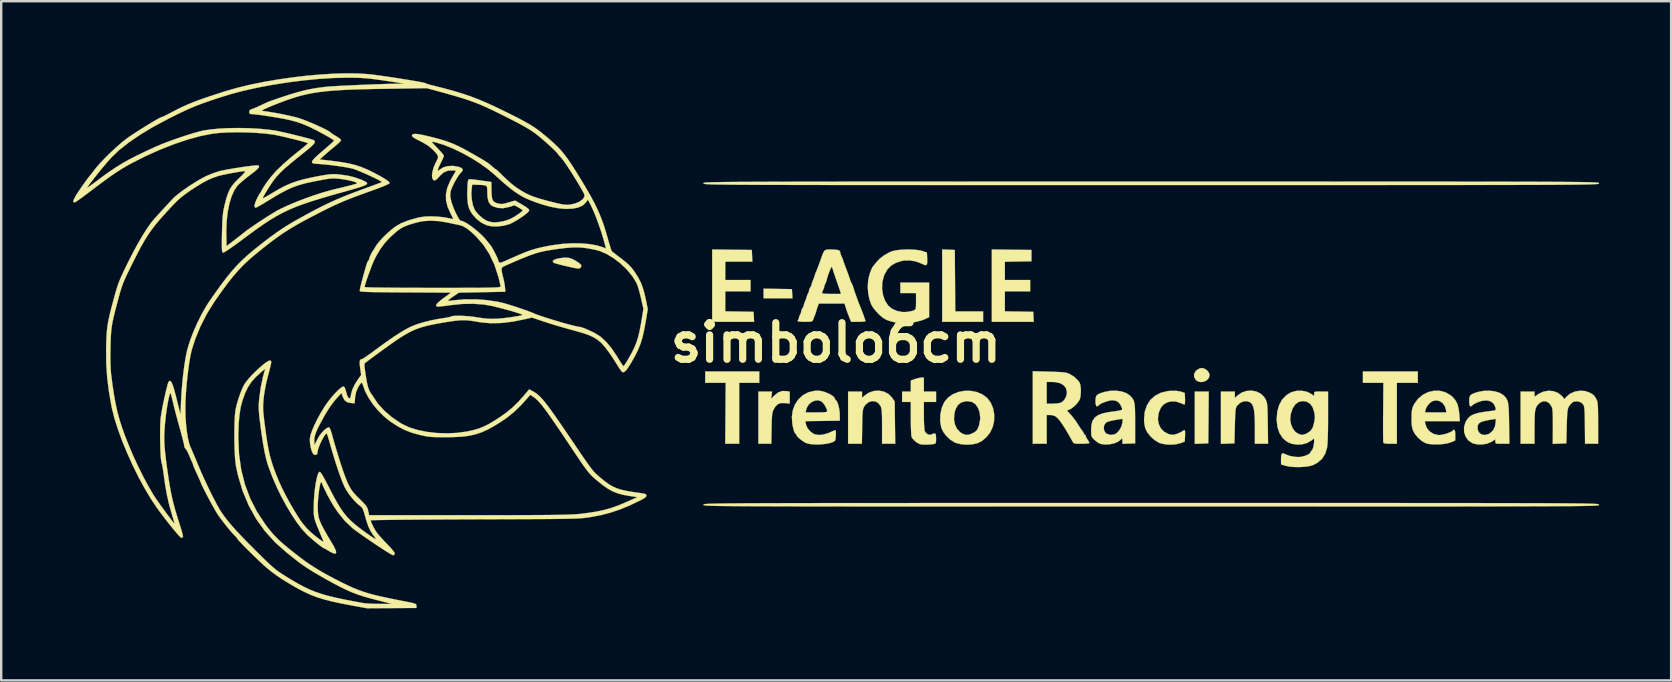
<source format=kicad_pcb>
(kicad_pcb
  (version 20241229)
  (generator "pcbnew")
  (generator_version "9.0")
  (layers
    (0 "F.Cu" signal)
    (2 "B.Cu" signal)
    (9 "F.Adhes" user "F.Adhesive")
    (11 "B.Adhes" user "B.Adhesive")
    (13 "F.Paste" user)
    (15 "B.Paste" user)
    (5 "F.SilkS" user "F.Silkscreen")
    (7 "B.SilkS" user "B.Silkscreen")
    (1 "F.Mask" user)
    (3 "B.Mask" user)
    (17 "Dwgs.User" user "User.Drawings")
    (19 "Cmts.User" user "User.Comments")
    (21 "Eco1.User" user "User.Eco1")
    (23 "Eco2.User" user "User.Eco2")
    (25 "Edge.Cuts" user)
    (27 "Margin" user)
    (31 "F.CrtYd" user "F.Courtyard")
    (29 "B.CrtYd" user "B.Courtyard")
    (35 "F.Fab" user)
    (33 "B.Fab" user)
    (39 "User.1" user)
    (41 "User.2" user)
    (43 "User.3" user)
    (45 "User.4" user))
  (footprint "simbolo6cm"
    (layer "F.Cu")
    (at 31.769 11.226)
    (property "Reference" "simbolo6cm" (at 0 0 0) (layer "F.SilkS") (effects (font (size 1.524 1.524) (thickness 0.3))))
    (attr through_hole)
    (fp_poly (pts (xy 15.522 3.111) (xy 15.512 4.191) (xy 14.95 4.212) (xy 14.95 2.032) (xy 15.531 2.032) (xy 15.522 3.111)) (stroke (width 0.01) (type solid)) (fill yes) (layer "F.SilkS"))
    (fp_poly (pts (xy -2.422 -2.242) (xy -1.832 -2.232) (xy -1.821 -2.041) (xy -1.81 -1.851) (xy -3.012 -1.851) (xy -3.012 -2.252) (xy -2.422 -2.242)) (stroke (width 0.01) (type solid)) (fill yes) (layer "F.SilkS"))
    (fp_poly (pts (xy 4.69 -3.875) (xy 4.953 -3.864) (xy 4.963 -2.585) (xy 4.972 -1.306) (xy 6.132 -1.306) (xy 6.132 -0.871) (xy 4.427 -0.871) (xy 4.427 -3.886) (xy 4.69 -3.875)) (stroke (width 0.01) (type solid)) (fill yes) (layer "F.SilkS"))
    (fp_poly (pts (xy -3.193 1.669) (xy -4.028 1.669) (xy -4.028 4.209) (xy -4.61 4.209) (xy -4.6 2.939) (xy -4.59 1.669) (xy -5.016 1.669) (xy -5.443 1.669) (xy -5.443 1.197) (xy -3.193 1.197) (xy -3.193 1.669)) (stroke (width 0.01) (type solid)) (fill yes) (layer "F.SilkS"))
    (fp_poly (pts (xy -4.327 -3.874) (xy -3.502 -3.864) (xy -3.491 -3.619) (xy -3.48 -3.375) (xy -4.608 -3.375) (xy -4.608 -2.613) (xy -3.556 -2.613) (xy -3.556 -2.141) (xy -4.608 -2.141) (xy -4.608 -1.308) (xy -3.429 -1.288) (xy -3.407 -0.871) (xy -5.153 -0.871) (xy -5.153 -3.884) (xy -4.327 -3.874)) (stroke (width 0.01) (type solid)) (fill yes) (layer "F.SilkS"))
    (fp_poly (pts (xy 7.321 -3.874) (xy 8.146 -3.864) (xy 8.146 -3.393) (xy 7.593 -3.383) (xy 7.039 -3.373) (xy 7.039 -2.613) (xy 8.092 -2.613) (xy 8.092 -2.141) (xy 7.039 -2.141) (xy 7.039 -1.308) (xy 8.219 -1.288) (xy 8.24 -0.871) (xy 6.495 -0.871) (xy 6.495 -3.884) (xy 7.321 -3.874)) (stroke (width 0.01) (type solid)) (fill yes) (layer "F.SilkS"))
    (fp_poly (pts (xy 15.358 1.081) (xy 15.466 1.156) (xy 15.543 1.256) (xy 15.567 1.347) (xy 15.535 1.468) (xy 15.452 1.561) (xy 15.337 1.62) (xy 15.207 1.639) (xy 15.08 1.612) (xy 14.992 1.549) (xy 14.922 1.429) (xy 14.92 1.303) (xy 14.986 1.184) (xy 15.025 1.146) (xy 15.128 1.082) (xy 15.23 1.053) (xy 15.24 1.052) (xy 15.358 1.081)) (stroke (width 0.01) (type solid)) (fill yes) (layer "F.SilkS"))
    (fp_poly (pts (xy 24.239 1.669) (xy 23.368 1.669) (xy 23.368 4.209) (xy 23.095 4.209) (xy 22.933 4.204) (xy 22.838 4.187) (xy 22.803 4.162) (xy 22.799 4.116) (xy 22.796 4.006) (xy 22.794 3.841) (xy 22.793 3.63) (xy 22.793 3.381) (xy 22.794 3.104) (xy 22.796 2.892) (xy 22.806 1.669) (xy 21.953 1.669) (xy 21.953 1.197) (xy 24.239 1.197) (xy 24.239 1.669)) (stroke (width 0.01) (type solid)) (fill yes) (layer "F.SilkS"))
    (fp_poly (pts (xy -2.044 2.017) (xy -1.923 2.04) (xy -1.923 2.535) (xy -2.122 2.514) (xy -2.29 2.513) (xy -2.416 2.558) (xy -2.518 2.658) (xy -2.585 2.767) (xy -2.615 2.829) (xy -2.637 2.894) (xy -2.652 2.974) (xy -2.663 3.083) (xy -2.671 3.232) (xy -2.676 3.435) (xy -2.679 3.565) (xy -2.691 4.209) (xy -3.229 4.209) (xy -3.229 2.032) (xy -2.656 2.032) (xy -2.676 2.183) (xy -2.696 2.333) (xy -2.551 2.188) (xy -2.39 2.064) (xy -2.22 2.01) (xy -2.044 2.017)) (stroke (width 0.01) (type solid)) (fill yes) (layer "F.SilkS"))
    (fp_poly (pts (xy -11.148 -3.539) (xy -11.006 -3.499) (xy -10.85 -3.419) (xy -10.803 -3.39) (xy -10.678 -3.305) (xy -10.613 -3.239) (xy -10.602 -3.184) (xy -10.638 -3.128) (xy -10.639 -3.128) (xy -10.664 -3.106) (xy -10.695 -3.094) (xy -10.744 -3.092) (xy -10.822 -3.102) (xy -10.94 -3.125) (xy -11.109 -3.162) (xy -11.267 -3.198) (xy -11.444 -3.24) (xy -11.596 -3.28) (xy -11.708 -3.313) (xy -11.766 -3.335) (xy -11.77 -3.338) (xy -11.795 -3.396) (xy -11.75 -3.447) (xy -11.634 -3.492) (xy -11.503 -3.52) (xy -11.305 -3.545) (xy -11.148 -3.539)) (stroke (width 0.01) (type solid)) (fill yes) (layer "F.SilkS"))
    (fp_poly (pts (xy 1.999 2.036) (xy 2.184 2.131) (xy 2.333 2.278) (xy 2.346 2.296) (xy 2.449 2.449) (xy 2.46 3.329) (xy 2.471 4.209) (xy 1.923 4.209) (xy 1.923 3.485) (xy 1.922 3.229) (xy 1.919 3.035) (xy 1.913 2.891) (xy 1.903 2.787) (xy 1.889 2.712) (xy 1.869 2.654) (xy 1.86 2.635) (xy 1.763 2.509) (xy 1.637 2.442) (xy 1.497 2.432) (xy 1.357 2.479) (xy 1.233 2.584) (xy 1.187 2.646) (xy 1.16 2.695) (xy 1.139 2.749) (xy 1.123 2.817) (xy 1.113 2.912) (xy 1.105 3.045) (xy 1.1 3.226) (xy 1.095 3.468) (xy 1.095 3.493) (xy 1.083 4.209) (xy 0.508 4.209) (xy 0.508 2.032) (xy 1.089 2.032) (xy 1.089 2.3) (xy 1.188 2.208) (xy 1.374 2.08) (xy 1.58 2.01) (xy 1.793 1.996) (xy 1.999 2.036)) (stroke (width 0.01) (type solid)) (fill yes) (layer "F.SilkS"))
    (fp_poly (pts (xy 17.506 2.029) (xy 17.685 2.115) (xy 17.831 2.249) (xy 17.897 2.355) (xy 17.924 2.413) (xy 17.944 2.471) (xy 17.959 2.542) (xy 17.97 2.635) (xy 17.978 2.76) (xy 17.983 2.929) (xy 17.988 3.152) (xy 17.991 3.365) (xy 18.001 4.209) (xy 17.453 4.209) (xy 17.453 3.544) (xy 17.45 3.239) (xy 17.439 2.998) (xy 17.418 2.812) (xy 17.386 2.673) (xy 17.342 2.573) (xy 17.284 2.504) (xy 17.26 2.485) (xy 17.128 2.434) (xy 16.981 2.442) (xy 16.838 2.506) (xy 16.716 2.62) (xy 16.713 2.624) (xy 16.687 2.664) (xy 16.667 2.713) (xy 16.652 2.779) (xy 16.641 2.875) (xy 16.633 3.011) (xy 16.626 3.197) (xy 16.619 3.445) (xy 16.619 3.459) (xy 16.601 4.191) (xy 16.32 4.202) (xy 16.038 4.212) (xy 16.038 2.032) (xy 16.619 2.032) (xy 16.619 2.3) (xy 16.719 2.206) (xy 16.898 2.08) (xy 17.098 2.01) (xy 17.305 1.994) (xy 17.506 2.029)) (stroke (width 0.01) (type solid)) (fill yes) (layer "F.SilkS"))
    (fp_poly (pts (xy 3.665 1.451) (xy 3.665 2.032) (xy 4.173 2.032) (xy 4.173 2.467) (xy 3.665 2.467) (xy 3.665 3.027) (xy 3.667 3.229) (xy 3.673 3.411) (xy 3.683 3.559) (xy 3.694 3.657) (xy 3.7 3.681) (xy 3.765 3.775) (xy 3.858 3.829) (xy 3.957 3.833) (xy 3.994 3.817) (xy 4.082 3.774) (xy 4.137 3.782) (xy 4.165 3.848) (xy 4.173 3.98) (xy 4.173 3.987) (xy 4.171 4.106) (xy 4.159 4.172) (xy 4.128 4.204) (xy 4.069 4.221) (xy 4.059 4.223) (xy 3.961 4.235) (xy 3.824 4.243) (xy 3.72 4.245) (xy 3.581 4.24) (xy 3.481 4.217) (xy 3.387 4.167) (xy 3.342 4.135) (xy 3.246 4.053) (xy 3.175 3.969) (xy 3.155 3.933) (xy 3.144 3.869) (xy 3.135 3.745) (xy 3.127 3.575) (xy 3.122 3.372) (xy 3.121 3.154) (xy 3.121 2.467) (xy 2.758 2.467) (xy 2.758 2.032) (xy 3.121 2.032) (xy 3.121 1.575) (xy 3.293 1.513) (xy 3.416 1.476) (xy 3.528 1.454) (xy 3.565 1.451) (xy 3.665 1.451)) (stroke (width 0.01) (type solid)) (fill yes) (layer "F.SilkS"))
    (fp_poly (pts (xy 14.19 2.006) (xy 14.367 2.035) (xy 14.387 2.042) (xy 14.532 2.093) (xy 14.543 2.335) (xy 14.544 2.456) (xy 14.536 2.543) (xy 14.522 2.576) (xy 14.522 2.576) (xy 14.47 2.561) (xy 14.386 2.525) (xy 14.373 2.518) (xy 14.157 2.448) (xy 13.94 2.448) (xy 13.807 2.484) (xy 13.652 2.571) (xy 13.538 2.704) (xy 13.457 2.893) (xy 13.442 2.945) (xy 13.413 3.173) (xy 13.446 3.383) (xy 13.534 3.565) (xy 13.672 3.708) (xy 13.856 3.803) (xy 13.881 3.811) (xy 13.994 3.835) (xy 14.087 3.831) (xy 14.202 3.797) (xy 14.215 3.792) (xy 14.328 3.744) (xy 14.418 3.697) (xy 14.445 3.678) (xy 14.499 3.639) (xy 14.531 3.643) (xy 14.545 3.7) (xy 14.545 3.816) (xy 14.543 3.873) (xy 14.532 4.117) (xy 14.369 4.179) (xy 14.173 4.229) (xy 13.947 4.246) (xy 13.718 4.232) (xy 13.516 4.188) (xy 13.444 4.159) (xy 13.27 4.051) (xy 13.106 3.902) (xy 12.972 3.733) (xy 12.895 3.584) (xy 12.863 3.461) (xy 12.842 3.306) (xy 12.836 3.193) (xy 12.864 2.884) (xy 12.951 2.616) (xy 13.093 2.39) (xy 13.287 2.213) (xy 13.528 2.087) (xy 13.814 2.016) (xy 13.948 2.004) (xy 14.19 2.006)) (stroke (width 0.01) (type solid)) (fill yes) (layer "F.SilkS"))
    (fp_poly (pts (xy 5.867 2.053) (xy 6.099 2.15) (xy 6.298 2.297) (xy 6.302 2.301) (xy 6.448 2.494) (xy 6.547 2.728) (xy 6.595 2.989) (xy 6.589 3.261) (xy 6.533 3.51) (xy 6.426 3.735) (xy 6.271 3.935) (xy 6.083 4.092) (xy 5.895 4.186) (xy 5.682 4.234) (xy 5.444 4.247) (xy 5.209 4.228) (xy 5.003 4.176) (xy 4.945 4.151) (xy 4.762 4.035) (xy 4.595 3.878) (xy 4.464 3.701) (xy 4.388 3.531) (xy 4.343 3.263) (xy 4.346 3.174) (xy 4.919 3.174) (xy 4.954 3.396) (xy 5.041 3.584) (xy 5.177 3.729) (xy 5.268 3.785) (xy 5.39 3.833) (xy 5.495 3.839) (xy 5.619 3.803) (xy 5.651 3.79) (xy 5.786 3.722) (xy 5.875 3.64) (xy 5.937 3.52) (xy 5.971 3.415) (xy 6.015 3.15) (xy 5.987 2.896) (xy 5.919 2.712) (xy 5.813 2.559) (xy 5.672 2.468) (xy 5.491 2.436) (xy 5.399 2.44) (xy 5.221 2.488) (xy 5.084 2.596) (xy 4.987 2.763) (xy 4.94 2.929) (xy 4.919 3.174) (xy 4.346 3.174) (xy 4.351 2.982) (xy 4.41 2.711) (xy 4.515 2.474) (xy 4.523 2.461) (xy 4.675 2.281) (xy 4.874 2.144) (xy 5.106 2.051) (xy 5.357 2.005) (xy 5.616 2.005) (xy 5.867 2.053)) (stroke (width 0.01) (type solid)) (fill yes) (layer "F.SilkS"))
    (fp_poly (pts (xy 25.163 2.004) (xy 25.394 2.066) (xy 25.606 2.188) (xy 25.697 2.267) (xy 25.81 2.401) (xy 25.888 2.551) (xy 25.938 2.735) (xy 25.968 2.971) (xy 25.969 2.985) (xy 25.991 3.266) (xy 24.531 3.266) (xy 24.553 3.384) (xy 24.621 3.562) (xy 24.744 3.705) (xy 24.91 3.803) (xy 25.106 3.845) (xy 25.142 3.846) (xy 25.239 3.835) (xy 25.361 3.807) (xy 25.487 3.768) (xy 25.596 3.725) (xy 25.67 3.685) (xy 25.69 3.66) (xy 25.72 3.632) (xy 25.745 3.629) (xy 25.776 3.645) (xy 25.793 3.704) (xy 25.799 3.819) (xy 25.799 3.848) (xy 25.799 4.068) (xy 25.627 4.145) (xy 25.477 4.191) (xy 25.283 4.222) (xy 25.069 4.237) (xy 24.859 4.235) (xy 24.678 4.215) (xy 24.581 4.19) (xy 24.411 4.097) (xy 24.247 3.956) (xy 24.112 3.789) (xy 24.052 3.679) (xy 24.009 3.559) (xy 23.986 3.425) (xy 23.978 3.251) (xy 23.978 3.196) (xy 23.981 2.999) (xy 23.986 2.903) (xy 24.539 2.903) (xy 25.426 2.903) (xy 25.417 2.817) (xy 25.369 2.648) (xy 25.275 2.516) (xy 25.148 2.431) (xy 25 2.401) (xy 24.856 2.431) (xy 24.738 2.51) (xy 24.634 2.633) (xy 24.567 2.768) (xy 24.558 2.803) (xy 24.539 2.903) (xy 23.986 2.903) (xy 23.989 2.856) (xy 24.008 2.748) (xy 24.039 2.656) (xy 24.087 2.562) (xy 24.106 2.528) (xy 24.266 2.318) (xy 24.463 2.159) (xy 24.686 2.052) (xy 24.923 2) (xy 25.163 2.004)) (stroke (width 0.01) (type solid)) (fill yes) (layer "F.SilkS"))
    (fp_poly (pts (xy 3.201 -3.88) (xy 3.418 -3.859) (xy 3.591 -3.824) (xy 3.61 -3.817) (xy 3.792 -3.756) (xy 3.803 -3.493) (xy 3.805 -3.343) (xy 3.789 -3.258) (xy 3.747 -3.229) (xy 3.668 -3.248) (xy 3.563 -3.299) (xy 3.331 -3.386) (xy 3.078 -3.429) (xy 2.835 -3.424) (xy 2.764 -3.412) (xy 2.503 -3.331) (xy 2.299 -3.213) (xy 2.142 -3.05) (xy 2.021 -2.833) (xy 1.996 -2.77) (xy 1.933 -2.517) (xy 1.923 -2.249) (xy 1.964 -1.985) (xy 2.051 -1.743) (xy 2.182 -1.542) (xy 2.183 -1.541) (xy 2.338 -1.415) (xy 2.538 -1.325) (xy 2.762 -1.281) (xy 2.921 -1.28) (xy 3.058 -1.298) (xy 3.18 -1.324) (xy 3.239 -1.344) (xy 3.285 -1.369) (xy 3.314 -1.4) (xy 3.33 -1.453) (xy 3.337 -1.545) (xy 3.338 -1.69) (xy 3.338 -1.729) (xy 3.338 -2.068) (xy 2.685 -2.068) (xy 2.685 -2.504) (xy 3.883 -2.504) (xy 3.883 -1.067) (xy 3.712 -0.984) (xy 3.563 -0.928) (xy 3.369 -0.876) (xy 3.155 -0.835) (xy 2.948 -0.808) (xy 2.794 -0.802) (xy 2.66 -0.813) (xy 2.504 -0.837) (xy 2.431 -0.852) (xy 2.288 -0.891) (xy 2.148 -0.937) (xy 2.091 -0.96) (xy 1.957 -1.041) (xy 1.808 -1.166) (xy 1.663 -1.318) (xy 1.541 -1.476) (xy 1.478 -1.581) (xy 1.397 -1.801) (xy 1.345 -2.061) (xy 1.327 -2.337) (xy 1.344 -2.587) (xy 1.374 -2.74) (xy 1.419 -2.898) (xy 1.472 -3.042) (xy 1.524 -3.149) (xy 1.558 -3.193) (xy 1.591 -3.231) (xy 1.649 -3.306) (xy 1.677 -3.343) (xy 1.828 -3.503) (xy 2.025 -3.652) (xy 2.242 -3.771) (xy 2.343 -3.811) (xy 2.51 -3.85) (xy 2.724 -3.875) (xy 2.962 -3.885) (xy 3.201 -3.88)) (stroke (width 0.01) (type solid)) (fill yes) (layer "F.SilkS"))
    (fp_poly (pts (xy 31.205 2.013) (xy 31.369 2.067) (xy 31.502 2.138) (xy 31.589 2.209) (xy 31.653 2.301) (xy 31.686 2.369) (xy 31.707 2.422) (xy 31.723 2.487) (xy 31.734 2.575) (xy 31.742 2.695) (xy 31.747 2.857) (xy 31.749 3.071) (xy 31.75 3.347) (xy 31.75 3.358) (xy 31.75 4.209) (xy 31.206 4.209) (xy 31.2 3.565) (xy 31.197 3.286) (xy 31.194 3.069) (xy 31.189 2.906) (xy 31.182 2.787) (xy 31.173 2.703) (xy 31.16 2.643) (xy 31.142 2.599) (xy 31.12 2.56) (xy 31.119 2.559) (xy 31.029 2.481) (xy 30.904 2.441) (xy 30.772 2.445) (xy 30.702 2.472) (xy 30.623 2.537) (xy 30.547 2.632) (xy 30.536 2.649) (xy 30.51 2.701) (xy 30.49 2.761) (xy 30.475 2.841) (xy 30.464 2.952) (xy 30.456 3.106) (xy 30.448 3.314) (xy 30.444 3.483) (xy 30.426 4.191) (xy 30.144 4.202) (xy 29.861 4.212) (xy 29.865 3.488) (xy 29.865 3.227) (xy 29.862 3.029) (xy 29.856 2.883) (xy 29.846 2.779) (xy 29.832 2.706) (xy 29.811 2.654) (xy 29.811 2.654) (xy 29.71 2.516) (xy 29.589 2.444) (xy 29.457 2.438) (xy 29.325 2.501) (xy 29.265 2.555) (xy 29.213 2.616) (xy 29.173 2.681) (xy 29.144 2.76) (xy 29.124 2.864) (xy 29.111 3.003) (xy 29.105 3.188) (xy 29.102 3.43) (xy 29.102 3.583) (xy 29.101 4.209) (xy 28.521 4.209) (xy 28.521 2.032) (xy 29.101 2.032) (xy 29.101 2.247) (xy 29.271 2.132) (xy 29.469 2.037) (xy 29.681 2) (xy 29.891 2.019) (xy 30.083 2.093) (xy 30.243 2.219) (xy 30.266 2.247) (xy 30.347 2.349) (xy 30.428 2.253) (xy 30.582 2.123) (xy 30.776 2.037) (xy 30.99 1.999) (xy 31.205 2.013)) (stroke (width 0.01) (type solid)) (fill yes) (layer "F.SilkS"))
    (fp_poly (pts (xy -0.613 2.012) (xy -0.454 2.055) (xy -0.301 2.118) (xy -0.17 2.191) (xy -0.076 2.269) (xy -0.037 2.342) (xy -0.036 2.348) (xy -0.017 2.391) (xy -0.005 2.395) (xy 0.035 2.428) (xy 0.076 2.516) (xy 0.113 2.642) (xy 0.143 2.789) (xy 0.159 2.938) (xy 0.161 2.994) (xy 0.163 3.248) (xy -1.273 3.267) (xy -1.248 3.4) (xy -1.189 3.549) (xy -1.079 3.685) (xy -0.941 3.787) (xy -0.88 3.813) (xy -0.716 3.843) (xy -0.531 3.827) (xy -0.316 3.764) (xy -0.06 3.652) (xy -0.027 3.636) (xy -0.009 3.657) (xy -0.000232 3.728) (xy 0.000237 3.828) (xy -0.007 3.935) (xy -0.021 4.029) (xy -0.04 4.086) (xy -0.045 4.092) (xy -0.156 4.15) (xy -0.319 4.195) (xy -0.516 4.225) (xy -0.727 4.239) (xy -0.934 4.236) (xy -1.117 4.214) (xy -1.218 4.187) (xy -1.308 4.144) (xy -1.41 4.077) (xy -1.509 3.999) (xy -1.591 3.924) (xy -1.64 3.863) (xy -1.643 3.833) (xy -1.647 3.811) (xy -1.659 3.81) (xy -1.703 3.775) (xy -1.747 3.672) (xy -1.79 3.508) (xy -1.814 3.385) (xy -1.835 3.089) (xy -1.808 2.903) (xy -1.262 2.903) (xy -0.813 2.903) (xy -0.622 2.902) (xy -0.493 2.897) (xy -0.414 2.888) (xy -0.375 2.872) (xy -0.363 2.849) (xy -0.363 2.847) (xy -0.386 2.754) (xy -0.443 2.638) (xy -0.518 2.527) (xy -0.593 2.45) (xy -0.6 2.445) (xy -0.731 2.399) (xy -0.874 2.411) (xy -1.013 2.473) (xy -1.132 2.577) (xy -1.214 2.714) (xy -1.234 2.779) (xy -1.262 2.903) (xy -1.808 2.903) (xy -1.795 2.813) (xy -1.701 2.565) (xy -1.558 2.353) (xy -1.372 2.183) (xy -1.147 2.064) (xy -0.89 2.003) (xy -0.762 1.996) (xy -0.613 2.012)) (stroke (width 0.01) (type solid)) (fill yes) (layer "F.SilkS"))
    (fp_poly (pts (xy 8.882 1.205) (xy 9.132 1.213) (xy 9.321 1.221) (xy 9.463 1.232) (xy 9.568 1.247) (xy 9.649 1.267) (xy 9.719 1.293) (xy 9.725 1.296) (xy 9.929 1.421) (xy 10.104 1.595) (xy 10.151 1.66) (xy 10.183 1.752) (xy 10.201 1.891) (xy 10.204 2.051) (xy 10.193 2.209) (xy 10.166 2.338) (xy 10.149 2.382) (xy 10.056 2.517) (xy 9.928 2.649) (xy 9.793 2.75) (xy 9.737 2.779) (xy 9.623 2.828) (xy 9.773 2.986) (xy 9.872 3.102) (xy 9.981 3.247) (xy 10.067 3.377) (xy 10.143 3.497) (xy 10.209 3.595) (xy 10.253 3.653) (xy 10.256 3.656) (xy 10.305 3.729) (xy 10.323 3.774) (xy 10.359 3.833) (xy 10.386 3.846) (xy 10.41 3.86) (xy 10.405 3.867) (xy 10.41 3.907) (xy 10.449 3.983) (xy 10.472 4.018) (xy 10.526 4.104) (xy 10.556 4.166) (xy 10.559 4.178) (xy 10.526 4.192) (xy 10.436 4.202) (xy 10.306 4.208) (xy 10.235 4.209) (xy 10.079 4.208) (xy 9.979 4.201) (xy 9.92 4.186) (xy 9.885 4.158) (xy 9.863 4.123) (xy 9.801 4.012) (xy 9.727 3.882) (xy 9.654 3.755) (xy 9.594 3.652) (xy 9.561 3.596) (xy 9.426 3.387) (xy 9.315 3.233) (xy 9.221 3.127) (xy 9.133 3.06) (xy 9.043 3.025) (xy 8.941 3.012) (xy 8.91 3.012) (xy 8.781 3.012) (xy 8.781 4.209) (xy 8.201 4.209) (xy 8.201 1.633) (xy 8.781 1.633) (xy 8.781 2.54) (xy 9.037 2.54) (xy 9.225 2.529) (xy 9.366 2.499) (xy 9.403 2.483) (xy 9.502 2.397) (xy 9.579 2.267) (xy 9.62 2.119) (xy 9.623 2.062) (xy 9.587 1.899) (xy 9.491 1.773) (xy 9.338 1.685) (xy 9.132 1.64) (xy 8.998 1.633) (xy 8.781 1.633) (xy 8.201 1.633) (xy 8.201 1.187) (xy 8.882 1.205)) (stroke (width 0.01) (type solid)) (fill yes) (layer "F.SilkS"))
    (fp_poly (pts (xy 27.449 2.026) (xy 27.65 2.088) (xy 27.804 2.181) (xy 27.819 2.195) (xy 27.882 2.261) (xy 27.932 2.326) (xy 27.969 2.402) (xy 27.997 2.498) (xy 28.015 2.624) (xy 28.028 2.791) (xy 28.036 3.007) (xy 28.041 3.284) (xy 28.042 3.365) (xy 28.054 4.209) (xy 27.761 4.209) (xy 27.616 4.208) (xy 27.529 4.202) (xy 27.486 4.187) (xy 27.47 4.157) (xy 27.468 4.118) (xy 27.468 4.027) (xy 27.314 4.124) (xy 27.138 4.2) (xy 26.929 4.238) (xy 26.717 4.235) (xy 26.528 4.19) (xy 26.503 4.179) (xy 26.342 4.066) (xy 26.229 3.909) (xy 26.169 3.723) (xy 26.167 3.618) (xy 26.733 3.618) (xy 26.787 3.738) (xy 26.885 3.816) (xy 27.013 3.844) (xy 27.16 3.815) (xy 27.24 3.775) (xy 27.371 3.654) (xy 27.454 3.487) (xy 27.481 3.322) (xy 27.486 3.171) (xy 27.196 3.22) (xy 27.001 3.26) (xy 26.868 3.305) (xy 26.785 3.361) (xy 26.742 3.432) (xy 26.734 3.463) (xy 26.733 3.618) (xy 26.167 3.618) (xy 26.165 3.521) (xy 26.223 3.317) (xy 26.237 3.287) (xy 26.32 3.156) (xy 26.43 3.054) (xy 26.577 2.977) (xy 26.771 2.92) (xy 27.023 2.877) (xy 27.116 2.865) (xy 27.263 2.847) (xy 27.382 2.83) (xy 27.455 2.816) (xy 27.468 2.812) (xy 27.486 2.763) (xy 27.467 2.678) (xy 27.421 2.58) (xy 27.382 2.524) (xy 27.267 2.436) (xy 27.11 2.402) (xy 26.918 2.421) (xy 26.773 2.465) (xy 26.655 2.516) (xy 26.562 2.566) (xy 26.524 2.596) (xy 26.458 2.652) (xy 26.412 2.638) (xy 26.386 2.554) (xy 26.38 2.432) (xy 26.385 2.306) (xy 26.411 2.219) (xy 26.469 2.157) (xy 26.573 2.107) (xy 26.734 2.055) (xy 26.74 2.053) (xy 26.977 2.007) (xy 27.219 1.999) (xy 27.449 2.026)) (stroke (width 0.01) (type solid)) (fill yes) (layer "F.SilkS"))
    (fp_poly (pts (xy 11.893 2.029) (xy 12.093 2.096) (xy 12.245 2.197) (xy 12.252 2.204) (xy 12.316 2.272) (xy 12.366 2.336) (xy 12.404 2.408) (xy 12.43 2.498) (xy 12.447 2.615) (xy 12.458 2.769) (xy 12.463 2.972) (xy 12.464 3.233) (xy 12.464 3.356) (xy 12.464 4.191) (xy 11.938 4.212) (xy 11.935 4.075) (xy 11.929 3.999) (xy 11.918 3.977) (xy 11.913 3.984) (xy 11.873 4.03) (xy 11.793 4.094) (xy 11.744 4.126) (xy 11.598 4.19) (xy 11.417 4.229) (xy 11.229 4.241) (xy 11.06 4.223) (xy 10.976 4.196) (xy 10.881 4.137) (xy 10.776 4.053) (xy 10.75 4.028) (xy 10.69 3.965) (xy 10.655 3.907) (xy 10.638 3.833) (xy 10.632 3.723) (xy 10.632 3.623) (xy 10.639 3.524) (xy 11.158 3.524) (xy 11.171 3.647) (xy 11.228 3.751) (xy 11.28 3.792) (xy 11.439 3.841) (xy 11.596 3.82) (xy 11.688 3.771) (xy 11.801 3.655) (xy 11.889 3.501) (xy 11.935 3.339) (xy 11.938 3.292) (xy 11.938 3.169) (xy 11.643 3.216) (xy 11.494 3.245) (xy 11.365 3.278) (xy 11.278 3.31) (xy 11.267 3.317) (xy 11.189 3.406) (xy 11.158 3.524) (xy 10.639 3.524) (xy 10.646 3.415) (xy 10.694 3.248) (xy 10.783 3.118) (xy 10.919 3.019) (xy 11.108 2.945) (xy 11.358 2.892) (xy 11.56 2.864) (xy 11.707 2.844) (xy 11.827 2.823) (xy 11.902 2.802) (xy 11.915 2.795) (xy 11.922 2.742) (xy 11.892 2.658) (xy 11.838 2.564) (xy 11.772 2.483) (xy 11.717 2.441) (xy 11.616 2.408) (xy 11.513 2.395) (xy 11.406 2.409) (xy 11.272 2.445) (xy 11.135 2.495) (xy 11.022 2.548) (xy 10.957 2.596) (xy 10.892 2.652) (xy 10.846 2.638) (xy 10.82 2.554) (xy 10.813 2.432) (xy 10.819 2.306) (xy 10.845 2.219) (xy 10.903 2.157) (xy 11.006 2.107) (xy 11.168 2.055) (xy 11.174 2.053) (xy 11.417 2.005) (xy 11.662 1.998) (xy 11.893 2.029)) (stroke (width 0.01) (type solid)) (fill yes) (layer "F.SilkS"))
    (fp_poly (pts (xy -15.221 -6.81) (xy -15.109 -6.799) (xy -14.959 -6.781) (xy -14.786 -6.757) (xy -14.351 -6.695) (xy -14.347 -6.368) (xy -14.34 -6.165) (xy -14.323 -6.022) (xy -14.289 -5.926) (xy -14.233 -5.864) (xy -14.15 -5.822) (xy -14.096 -5.806) (xy -14.003 -5.783) (xy -13.921 -5.778) (xy -13.825 -5.792) (xy -13.692 -5.826) (xy -13.644 -5.84) (xy -13.361 -5.921) (xy -13.067 -5.751) (xy -12.908 -5.653) (xy -12.811 -5.578) (xy -12.773 -5.522) (xy -12.773 -5.513) (xy -12.802 -5.462) (xy -12.883 -5.387) (xy -13 -5.295) (xy -13.142 -5.196) (xy -13.294 -5.1) (xy -13.443 -5.015) (xy -13.576 -4.951) (xy -13.624 -4.932) (xy -13.858 -4.871) (xy -14.105 -4.843) (xy -14.338 -4.849) (xy -14.535 -4.89) (xy -14.539 -4.891) (xy -14.769 -5.001) (xy -14.973 -5.162) (xy -15.129 -5.335) (xy -15.216 -5.462) (xy -15.28 -5.599) (xy -15.324 -5.758) (xy -15.348 -5.95) (xy -15.356 -6.175) (xy -15.185 -6.175) (xy -15.165 -5.948) (xy -15.12 -5.732) (xy -15.053 -5.554) (xy -15.037 -5.524) (xy -14.949 -5.406) (xy -14.828 -5.283) (xy -14.694 -5.173) (xy -14.567 -5.092) (xy -14.484 -5.058) (xy -14.398 -5.038) (xy -14.351 -5.025) (xy -14.237 -5.011) (xy -14.063 -5.024) (xy -13.914 -5.047) (xy -13.767 -5.083) (xy -13.624 -5.131) (xy -13.556 -5.16) (xy -13.423 -5.233) (xy -13.292 -5.314) (xy -13.177 -5.393) (xy -13.09 -5.46) (xy -13.047 -5.506) (xy -13.046 -5.517) (xy -13.086 -5.55) (xy -13.167 -5.603) (xy -13.225 -5.636) (xy -13.387 -5.726) (xy -13.615 -5.654) (xy -13.856 -5.604) (xy -14.08 -5.615) (xy -14.279 -5.677) (xy -14.393 -5.754) (xy -14.469 -5.878) (xy -14.511 -6.056) (xy -14.522 -6.268) (xy -14.522 -6.398) (xy -14.533 -6.483) (xy -14.569 -6.534) (xy -14.64 -6.56) (xy -14.761 -6.572) (xy -14.913 -6.577) (xy -15.148 -6.586) (xy -15.175 -6.386) (xy -15.185 -6.175) (xy -15.356 -6.175) (xy -15.356 -6.187) (xy -15.348 -6.478) (xy -15.341 -6.622) (xy -15.325 -6.744) (xy -15.294 -6.803) (xy -15.276 -6.811) (xy -15.221 -6.81)) (stroke (width 0.01) (type solid)) (fill yes) (layer "F.SilkS"))
    (fp_poly (pts (xy 19.61 2.04) (xy 19.771 2.115) (xy 19.921 2.214) (xy 19.921 2.123) (xy 19.924 2.078) (xy 19.943 2.051) (xy 19.993 2.037) (xy 20.088 2.033) (xy 20.211 2.032) (xy 20.501 2.032) (xy 20.501 3.096) (xy 20.5 3.45) (xy 20.495 3.758) (xy 20.487 4.014) (xy 20.477 4.212) (xy 20.464 4.346) (xy 20.459 4.375) (xy 20.38 4.629) (xy 20.251 4.833) (xy 20.065 4.995) (xy 19.888 5.092) (xy 19.745 5.135) (xy 19.553 5.165) (xy 19.333 5.179) (xy 19.108 5.178) (xy 18.901 5.161) (xy 18.733 5.127) (xy 18.542 5.07) (xy 18.542 4.839) (xy 18.548 4.7) (xy 18.572 4.625) (xy 18.62 4.605) (xy 18.703 4.634) (xy 18.732 4.649) (xy 18.894 4.711) (xy 19.089 4.751) (xy 19.28 4.762) (xy 19.386 4.752) (xy 19.546 4.711) (xy 19.673 4.657) (xy 19.754 4.598) (xy 19.776 4.553) (xy 19.795 4.505) (xy 19.81 4.499) (xy 19.843 4.467) (xy 19.875 4.384) (xy 19.903 4.272) (xy 19.919 4.154) (xy 19.921 4.108) (xy 19.921 3.988) (xy 19.803 4.075) (xy 19.618 4.181) (xy 19.409 4.235) (xy 19.235 4.245) (xy 18.99 4.211) (xy 18.78 4.117) (xy 18.608 3.967) (xy 18.478 3.764) (xy 18.394 3.516) (xy 18.361 3.225) (xy 18.361 3.186) (xy 18.925 3.186) (xy 18.955 3.386) (xy 19.026 3.565) (xy 19.132 3.706) (xy 19.22 3.77) (xy 19.334 3.823) (xy 19.423 3.839) (xy 19.519 3.818) (xy 19.619 3.776) (xy 19.769 3.675) (xy 19.861 3.539) (xy 19.873 3.502) (xy 19.919 3.326) (xy 19.944 3.197) (xy 19.952 3.092) (xy 19.942 2.988) (xy 19.925 2.891) (xy 19.857 2.684) (xy 19.753 2.54) (xy 19.611 2.456) (xy 19.446 2.431) (xy 19.278 2.465) (xy 19.139 2.564) (xy 19.029 2.728) (xy 18.95 2.954) (xy 18.943 2.984) (xy 18.925 3.186) (xy 18.361 3.186) (xy 18.361 3.185) (xy 18.387 2.865) (xy 18.466 2.587) (xy 18.596 2.357) (xy 18.774 2.177) (xy 18.97 2.063) (xy 19.176 2.006) (xy 19.398 1.999) (xy 19.61 2.04)) (stroke (width 0.01) (type solid)) (fill yes) (layer "F.SilkS"))
    (fp_poly (pts (xy -0.037 -3.877) (xy 0.085 -3.861) (xy 0.154 -3.83) (xy 0.18 -3.783) (xy 0.181 -3.768) (xy 0.198 -3.686) (xy 0.237 -3.591) (xy 0.276 -3.51) (xy 0.295 -3.458) (xy 0.296 -3.457) (xy 0.3 -3.435) (xy 0.308 -3.405) (xy 0.327 -3.352) (xy 0.359 -3.265) (xy 0.409 -3.131) (xy 0.454 -3.012) (xy 0.511 -2.859) (xy 0.558 -2.726) (xy 0.59 -2.631) (xy 0.599 -2.6) (xy 0.63 -2.52) (xy 0.648 -2.491) (xy 0.68 -2.43) (xy 0.715 -2.335) (xy 0.719 -2.322) (xy 0.757 -2.202) (xy 0.81 -2.043) (xy 0.872 -1.87) (xy 0.932 -1.708) (xy 0.981 -1.58) (xy 0.997 -1.542) (xy 1.038 -1.445) (xy 1.087 -1.319) (xy 1.138 -1.183) (xy 1.184 -1.056) (xy 1.218 -0.955) (xy 1.233 -0.9) (xy 1.234 -0.897) (xy 1.2 -0.885) (xy 1.111 -0.876) (xy 0.983 -0.872) (xy 0.934 -0.871) (xy 0.635 -0.872) (xy 0.577 -1.007) (xy 0.451 -1.338) (xy 0.395 -1.515) (xy 0.359 -1.633) (xy -0.711 -1.633) (xy -0.762 -1.497) (xy -0.797 -1.396) (xy -0.819 -1.318) (xy -0.821 -1.308) (xy -0.841 -1.241) (xy -0.877 -1.144) (xy -0.884 -1.126) (xy -0.925 -1.024) (xy -0.955 -0.942) (xy -0.957 -0.934) (xy -0.978 -0.903) (xy -1.023 -0.884) (xy -1.109 -0.874) (xy -1.25 -0.871) (xy -1.287 -0.871) (xy -1.427 -0.874) (xy -1.534 -0.883) (xy -1.591 -0.895) (xy -1.597 -0.901) (xy -1.574 -0.953) (xy -1.571 -0.956) (xy -1.546 -1.01) (xy -1.534 -1.062) (xy -1.509 -1.142) (xy -1.487 -1.177) (xy -1.457 -1.24) (xy -1.45 -1.286) (xy -1.428 -1.375) (xy -1.396 -1.431) (xy -1.354 -1.503) (xy -1.343 -1.545) (xy -1.329 -1.603) (xy -1.295 -1.696) (xy -1.282 -1.728) (xy -1.24 -1.835) (xy -1.212 -1.925) (xy -1.208 -1.941) (xy -1.181 -2.018) (xy -1.16 -2.048) (xy -1.149 -2.07) (xy -0.581 -2.07) (xy -0.545 -2.052) (xy -0.443 -2.039) (xy -0.278 -2.033) (xy -0.184 -2.032) (xy 0.213 -2.032) (xy 0.183 -2.132) (xy 0.158 -2.207) (xy 0.116 -2.331) (xy 0.063 -2.485) (xy 0.018 -2.613) (xy -0.038 -2.775) (xy -0.087 -2.92) (xy -0.121 -3.028) (xy -0.135 -3.075) (xy -0.16 -3.139) (xy -0.181 -3.157) (xy -0.204 -3.125) (xy -0.241 -3.043) (xy -0.286 -2.929) (xy -0.33 -2.803) (xy -0.367 -2.682) (xy -0.383 -2.617) (xy -0.414 -2.52) (xy -0.456 -2.426) (xy -0.487 -2.356) (xy -0.491 -2.323) (xy -0.49 -2.322) (xy -0.491 -2.294) (xy -0.52 -2.226) (xy -0.525 -2.215) (xy -0.564 -2.13) (xy -0.581 -2.072) (xy -0.581 -2.07) (xy -1.149 -2.07) (xy -1.13 -2.111) (xy -1.124 -2.157) (xy -1.101 -2.245) (xy -1.069 -2.302) (xy -1.027 -2.374) (xy -1.016 -2.416) (xy -1.002 -2.474) (xy -0.969 -2.567) (xy -0.955 -2.599) (xy -0.914 -2.7) (xy -0.888 -2.779) (xy -0.885 -2.792) (xy -0.862 -2.868) (xy -0.841 -2.919) (xy -0.784 -3.054) (xy -0.713 -3.24) (xy -0.633 -3.459) (xy -0.618 -3.502) (xy -0.56 -3.667) (xy -0.514 -3.776) (xy -0.468 -3.84) (xy -0.41 -3.871) (xy -0.327 -3.881) (xy -0.221 -3.882) (xy -0.037 -3.877)) (stroke (width 0.01) (type solid)) (fill yes) (layer "F.SilkS"))
    (fp_poly (pts (xy 14.524 -6.713) (xy 15.843 -6.713) (xy 17.092 -6.713) (xy 18.274 -6.713) (xy 19.391 -6.713) (xy 20.445 -6.713) (xy 21.437 -6.712) (xy 22.37 -6.712) (xy 23.245 -6.712) (xy 24.064 -6.712) (xy 24.829 -6.711) (xy 25.541 -6.711) (xy 26.203 -6.71) (xy 26.817 -6.71) (xy 27.384 -6.709) (xy 27.906 -6.708) (xy 28.385 -6.707) (xy 28.823 -6.706) (xy 29.222 -6.705) (xy 29.583 -6.703) (xy 29.908 -6.702) (xy 30.2 -6.7) (xy 30.46 -6.698) (xy 30.69 -6.696) (xy 30.892 -6.694) (xy 31.067 -6.692) (xy 31.218 -6.689) (xy 31.346 -6.686) (xy 31.453 -6.683) (xy 31.541 -6.68) (xy 31.612 -6.677) (xy 31.668 -6.673) (xy 31.71 -6.67) (xy 31.741 -6.666) (xy 31.762 -6.661) (xy 31.776 -6.657) (xy 31.783 -6.652) (xy 31.786 -6.647) (xy 31.786 -6.641) (xy 31.786 -6.64) (xy 31.786 -6.635) (xy 31.784 -6.63) (xy 31.778 -6.625) (xy 31.766 -6.62) (xy 31.747 -6.616) (xy 31.718 -6.612) (xy 31.678 -6.608) (xy 31.626 -6.604) (xy 31.558 -6.601) (xy 31.474 -6.598) (xy 31.371 -6.595) (xy 31.247 -6.592) (xy 31.102 -6.589) (xy 30.932 -6.587) (xy 30.736 -6.585) (xy 30.513 -6.583) (xy 30.259 -6.581) (xy 29.975 -6.579) (xy 29.657 -6.578) (xy 29.303 -6.576) (xy 28.913 -6.575) (xy 28.484 -6.574) (xy 28.014 -6.573) (xy 27.501 -6.572) (xy 26.944 -6.571) (xy 26.341 -6.571) (xy 25.689 -6.57) (xy 24.988 -6.569) (xy 24.234 -6.569) (xy 23.427 -6.569) (xy 22.565 -6.568) (xy 21.645 -6.568) (xy 20.666 -6.568) (xy 19.626 -6.568) (xy 18.522 -6.568) (xy 17.354 -6.568) (xy 16.12 -6.568) (xy 14.817 -6.568) (xy 13.443 -6.568) (xy 13.135 -6.568) (xy 11.747 -6.568) (xy 10.428 -6.568) (xy 9.179 -6.568) (xy 7.997 -6.568) (xy 6.88 -6.568) (xy 5.826 -6.568) (xy 4.834 -6.568) (xy 3.901 -6.568) (xy 3.026 -6.569) (xy 2.207 -6.569) (xy 1.442 -6.569) (xy 0.73 -6.57) (xy 0.068 -6.57) (xy -0.546 -6.571) (xy -1.113 -6.572) (xy -1.635 -6.573) (xy -2.114 -6.574) (xy -2.552 -6.575) (xy -2.951 -6.576) (xy -3.312 -6.577) (xy -3.638 -6.579) (xy -3.929 -6.581) (xy -4.189 -6.582) (xy -4.419 -6.584) (xy -4.621 -6.587) (xy -4.796 -6.589) (xy -4.947 -6.591) (xy -5.075 -6.594) (xy -5.182 -6.597) (xy -5.27 -6.6) (xy -5.341 -6.604) (xy -5.397 -6.607) (xy -5.44 -6.611) (xy -5.47 -6.615) (xy -5.491 -6.619) (xy -5.505 -6.624) (xy -5.512 -6.629) (xy -5.515 -6.634) (xy -5.515 -6.639) (xy -5.515 -6.64) (xy -5.515 -6.646) (xy -5.513 -6.651) (xy -5.507 -6.656) (xy -5.495 -6.66) (xy -5.476 -6.665) (xy -5.447 -6.669) (xy -5.407 -6.673) (xy -5.355 -6.676) (xy -5.287 -6.68) (xy -5.203 -6.683) (xy -5.1 -6.686) (xy -4.976 -6.689) (xy -4.831 -6.691) (xy -4.661 -6.694) (xy -4.465 -6.696) (xy -4.242 -6.698) (xy -3.989 -6.7) (xy -3.704 -6.701) (xy -3.386 -6.703) (xy -3.032 -6.704) (xy -2.642 -6.706) (xy -2.213 -6.707) (xy -1.743 -6.708) (xy -1.23 -6.709) (xy -0.673 -6.709) (xy -0.07 -6.71) (xy 0.582 -6.711) (xy 1.283 -6.711) (xy 2.036 -6.712) (xy 2.843 -6.712) (xy 3.706 -6.712) (xy 4.626 -6.712) (xy 5.605 -6.713) (xy 6.645 -6.713) (xy 7.748 -6.713) (xy 8.916 -6.713) (xy 10.151 -6.713) (xy 11.454 -6.713) (xy 12.827 -6.713) (xy 13.135 -6.713) (xy 14.524 -6.713)) (stroke (width 0.01) (type solid)) (fill yes) (layer "F.SilkS"))
    (fp_poly (pts (xy 14.524 6.677) (xy 15.843 6.677) (xy 17.092 6.677) (xy 18.274 6.677) (xy 19.391 6.677) (xy 20.445 6.677) (xy 21.437 6.677) (xy 22.37 6.677) (xy 23.245 6.677) (xy 24.064 6.678) (xy 24.829 6.678) (xy 25.541 6.679) (xy 26.203 6.679) (xy 26.817 6.68) (xy 27.384 6.681) (xy 27.906 6.682) (xy 28.385 6.683) (xy 28.823 6.684) (xy 29.222 6.685) (xy 29.583 6.686) (xy 29.908 6.688) (xy 30.2 6.689) (xy 30.46 6.691) (xy 30.69 6.693) (xy 30.892 6.695) (xy 31.067 6.698) (xy 31.218 6.7) (xy 31.346 6.703) (xy 31.453 6.706) (xy 31.541 6.709) (xy 31.612 6.712) (xy 31.668 6.716) (xy 31.71 6.72) (xy 31.741 6.724) (xy 31.762 6.728) (xy 31.776 6.733) (xy 31.783 6.738) (xy 31.786 6.743) (xy 31.786 6.748) (xy 31.786 6.749) (xy 31.786 6.755) (xy 31.784 6.76) (xy 31.778 6.765) (xy 31.766 6.769) (xy 31.747 6.773) (xy 31.718 6.778) (xy 31.678 6.781) (xy 31.626 6.785) (xy 31.558 6.788) (xy 31.474 6.792) (xy 31.371 6.795) (xy 31.247 6.797) (xy 31.102 6.8) (xy 30.932 6.802) (xy 30.736 6.805) (xy 30.513 6.807) (xy 30.259 6.808) (xy 29.975 6.81) (xy 29.657 6.812) (xy 29.303 6.813) (xy 28.913 6.814) (xy 28.484 6.816) (xy 28.014 6.817) (xy 27.501 6.817) (xy 26.944 6.818) (xy 26.341 6.819) (xy 25.689 6.82) (xy 24.988 6.82) (xy 24.234 6.82) (xy 23.427 6.821) (xy 22.565 6.821) (xy 21.645 6.821) (xy 20.666 6.821) (xy 19.626 6.822) (xy 18.522 6.822) (xy 17.354 6.822) (xy 16.12 6.822) (xy 14.817 6.822) (xy 13.443 6.822) (xy 13.135 6.822) (xy 11.747 6.822) (xy 10.428 6.822) (xy 9.179 6.822) (xy 7.997 6.822) (xy 6.88 6.822) (xy 5.826 6.821) (xy 4.834 6.821) (xy 3.901 6.821) (xy 3.026 6.821) (xy 2.207 6.82) (xy 1.442 6.82) (xy 0.73 6.82) (xy 0.068 6.819) (xy -0.546 6.818) (xy -1.113 6.818) (xy -1.635 6.817) (xy -2.114 6.816) (xy -2.552 6.815) (xy -2.951 6.813) (xy -3.312 6.812) (xy -3.638 6.811) (xy -3.929 6.809) (xy -4.189 6.807) (xy -4.419 6.805) (xy -4.621 6.803) (xy -4.796 6.801) (xy -4.947 6.798) (xy -5.075 6.795) (xy -5.182 6.792) (xy -5.27 6.789) (xy -5.341 6.786) (xy -5.397 6.782) (xy -5.44 6.778) (xy -5.47 6.774) (xy -5.491 6.77) (xy -5.505 6.766) (xy -5.512 6.761) (xy -5.515 6.756) (xy -5.515 6.75) (xy -5.515 6.749) (xy -5.515 6.744) (xy -5.513 6.739) (xy -5.507 6.734) (xy -5.495 6.729) (xy -5.476 6.725) (xy -5.447 6.721) (xy -5.407 6.717) (xy -5.355 6.713) (xy -5.287 6.71) (xy -5.203 6.707) (xy -5.1 6.704) (xy -4.976 6.701) (xy -4.831 6.698) (xy -4.661 6.696) (xy -4.465 6.694) (xy -4.242 6.692) (xy -3.989 6.69) (xy -3.704 6.688) (xy -3.386 6.687) (xy -3.032 6.685) (xy -2.642 6.684) (xy -2.213 6.683) (xy -1.743 6.682) (xy -1.23 6.681) (xy -0.673 6.68) (xy -0.07 6.679) (xy 0.582 6.679) (xy 1.283 6.678) (xy 2.036 6.678) (xy 2.843 6.678) (xy 3.706 6.677) (xy 4.626 6.677) (xy 5.605 6.677) (xy 6.645 6.677) (xy 7.748 6.677) (xy 8.916 6.677) (xy 10.151 6.677) (xy 11.454 6.677) (xy 12.827 6.677) (xy 13.135 6.677) (xy 14.524 6.677)) (stroke (width 0.01) (type solid)) (fill yes) (layer "F.SilkS"))
    (fp_poly (pts (xy -19.902 -11.215) (xy -19.469 -11.187) (xy -19.395 -11.179) (xy -19.217 -11.158) (xy -19.003 -11.129) (xy -18.762 -11.095) (xy -18.506 -11.057) (xy -18.244 -11.017) (xy -17.987 -10.976) (xy -17.744 -10.936) (xy -17.527 -10.9) (xy -17.345 -10.867) (xy -17.209 -10.841) (xy -17.128 -10.822) (xy -17.112 -10.816) (xy -17.059 -10.792) (xy -16.956 -10.759) (xy -16.826 -10.724) (xy -16.818 -10.722) (xy -16.346 -10.603) (xy -15.93 -10.49) (xy -15.554 -10.376) (xy -15.205 -10.257) (xy -14.866 -10.127) (xy -14.522 -9.981) (xy -14.158 -9.813) (xy -13.989 -9.731) (xy -13.637 -9.559) (xy -13.343 -9.412) (xy -13.097 -9.285) (xy -12.889 -9.171) (xy -12.711 -9.066) (xy -12.553 -8.965) (xy -12.406 -8.861) (xy -12.262 -8.75) (xy -12.119 -8.633) (xy -11.91 -8.457) (xy -11.733 -8.298) (xy -11.577 -8.147) (xy -11.435 -7.994) (xy -11.299 -7.829) (xy -11.161 -7.643) (xy -11.013 -7.424) (xy -10.846 -7.163) (xy -10.653 -6.851) (xy -10.623 -6.804) (xy -10.389 -6.412) (xy -10.191 -6.066) (xy -10.026 -5.752) (xy -9.886 -5.456) (xy -9.766 -5.166) (xy -9.66 -4.869) (xy -9.562 -4.552) (xy -9.522 -4.41) (xy -9.467 -4.216) (xy -9.416 -4.046) (xy -9.375 -3.914) (xy -9.345 -3.831) (xy -9.334 -3.809) (xy -9.297 -3.779) (xy -9.213 -3.715) (xy -9.096 -3.624) (xy -8.956 -3.517) (xy -8.932 -3.499) (xy -8.756 -3.36) (xy -8.624 -3.242) (xy -8.516 -3.127) (xy -8.415 -2.996) (xy -8.346 -2.895) (xy -8.223 -2.698) (xy -8.126 -2.506) (xy -8.047 -2.301) (xy -7.978 -2.063) (xy -7.912 -1.773) (xy -7.91 -1.761) (xy -7.836 -1.399) (xy -7.929 -0.847) (xy -7.992 -0.502) (xy -8.061 -0.209) (xy -8.142 0.051) (xy -8.242 0.299) (xy -8.369 0.554) (xy -8.53 0.837) (xy -8.567 0.899) (xy -8.672 1.061) (xy -8.754 1.166) (xy -8.823 1.22) (xy -8.876 1.234) (xy -8.916 1.205) (xy -8.978 1.128) (xy -9.05 1.02) (xy -9.057 1.007) (xy -9.257 0.687) (xy -9.444 0.411) (xy -9.613 0.187) (xy -9.76 0.021) (xy -9.793 -0.012) (xy -9.93 -0.125) (xy -10.082 -0.221) (xy -10.264 -0.307) (xy -10.49 -0.388) (xy -10.774 -0.471) (xy -10.791 -0.476) (xy -11.158 -0.577) (xy -11.473 -0.666) (xy -11.75 -0.749) (xy -12.008 -0.83) (xy -12.253 -0.911) (xy -12.659 -1.048) (xy -12.943 -0.982) (xy -13.464 -0.877) (xy -13.941 -0.821) (xy -14.382 -0.812) (xy -14.798 -0.849) (xy -14.911 -0.868) (xy -15.121 -0.904) (xy -15.303 -0.927) (xy -15.472 -0.937) (xy -15.645 -0.934) (xy -15.838 -0.917) (xy -16.068 -0.886) (xy -16.35 -0.84) (xy -16.38 -0.835) (xy -16.733 -0.771) (xy -17.029 -0.707) (xy -17.283 -0.637) (xy -17.51 -0.556) (xy -17.727 -0.457) (xy -17.947 -0.335) (xy -18.187 -0.186) (xy -18.234 -0.155) (xy -18.337 -0.084) (xy -18.478 0.014) (xy -18.645 0.133) (xy -18.828 0.265) (xy -19.015 0.4) (xy -19.196 0.532) (xy -19.359 0.653) (xy -19.495 0.755) (xy -19.592 0.829) (xy -19.636 0.866) (xy -19.64 0.909) (xy -19.633 1.006) (xy -19.616 1.143) (xy -19.594 1.302) (xy -19.568 1.468) (xy -19.54 1.625) (xy -19.513 1.756) (xy -19.492 1.836) (xy -19.45 1.952) (xy -19.399 2.058) (xy -19.354 2.131) (xy -19.344 2.141) (xy -19.312 2.183) (xy -19.267 2.258) (xy -19.265 2.262) (xy -19.069 2.55) (xy -18.81 2.832) (xy -18.5 3.099) (xy -18.146 3.34) (xy -18.067 3.387) (xy -17.777 3.523) (xy -17.432 3.632) (xy -17.048 3.711) (xy -16.637 3.759) (xy -16.214 3.774) (xy -15.793 3.756) (xy -15.387 3.702) (xy -15.313 3.687) (xy -15.07 3.632) (xy -14.855 3.567) (xy -14.652 3.484) (xy -14.442 3.377) (xy -14.208 3.238) (xy -13.988 3.095) (xy -13.71 2.897) (xy -13.461 2.69) (xy -13.223 2.456) (xy -12.976 2.178) (xy -12.929 2.123) (xy -12.778 1.941) (xy -12.645 2.012) (xy -12.56 2.06) (xy -12.479 2.114) (xy -12.398 2.179) (xy -12.313 2.258) (xy -12.22 2.359) (xy -12.115 2.484) (xy -11.994 2.639) (xy -11.854 2.83) (xy -11.69 3.06) (xy -11.5 3.334) (xy -11.278 3.658) (xy -11.021 4.037) (xy -10.939 4.158) (xy -10.735 4.46) (xy -10.566 4.708) (xy -10.427 4.909) (xy -10.313 5.071) (xy -10.218 5.2) (xy -10.137 5.303) (xy -10.064 5.387) (xy -9.995 5.459) (xy -9.924 5.525) (xy -9.846 5.592) (xy -9.79 5.639) (xy -9.613 5.781) (xy -9.453 5.896) (xy -9.299 5.987) (xy -9.138 6.06) (xy -8.956 6.119) (xy -8.742 6.168) (xy -8.483 6.214) (xy -8.166 6.259) (xy -8.11 6.267) (xy -7.987 6.287) (xy -7.921 6.31) (xy -7.895 6.344) (xy -7.892 6.368) (xy -7.912 6.417) (xy -7.976 6.472) (xy -8.095 6.541) (xy -8.164 6.576) (xy -8.598 6.782) (xy -8.996 6.946) (xy -9.381 7.075) (xy -9.77 7.177) (xy -10.186 7.257) (xy -10.323 7.279) (xy -10.394 7.289) (xy -10.47 7.298) (xy -10.555 7.306) (xy -10.653 7.313) (xy -10.769 7.319) (xy -10.907 7.325) (xy -11.071 7.329) (xy -11.265 7.334) (xy -11.494 7.337) (xy -11.761 7.341) (xy -12.071 7.344) (xy -12.429 7.346) (xy -12.838 7.348) (xy -13.303 7.35) (xy -13.827 7.352) (xy -14.416 7.354) (xy -15.068 7.356) (xy -15.62 7.358) (xy -16.152 7.36) (xy -16.66 7.363) (xy -17.137 7.366) (xy -17.581 7.369) (xy -17.986 7.372) (xy -18.348 7.376) (xy -18.663 7.38) (xy -18.927 7.384) (xy -19.134 7.388) (xy -19.28 7.392) (xy -19.361 7.396) (xy -19.377 7.399) (xy -19.359 7.468) (xy -19.312 7.577) (xy -19.248 7.704) (xy -19.177 7.829) (xy -19.11 7.928) (xy -19.041 8.012) (xy -18.935 8.131) (xy -18.807 8.269) (xy -18.675 8.407) (xy -18.521 8.572) (xy -18.421 8.693) (xy -18.375 8.77) (xy -18.373 8.797) (xy -18.417 8.847) (xy -18.443 8.854) (xy -18.491 8.834) (xy -18.588 8.778) (xy -18.726 8.693) (xy -18.894 8.586) (xy -19.083 8.462) (xy -19.283 8.328) (xy -19.486 8.19) (xy -19.681 8.055) (xy -19.858 7.93) (xy -20.009 7.82) (xy -20.124 7.732) (xy -20.156 7.705) (xy -20.463 7.41) (xy -20.744 7.064) (xy -20.92 6.804) (xy -20.999 6.671) (xy -21.087 6.514) (xy -21.177 6.347) (xy -21.261 6.183) (xy -21.332 6.037) (xy -21.383 5.923) (xy -21.408 5.854) (xy -21.409 5.846) (xy -21.43 5.808) (xy -21.44 5.806) (xy -21.465 5.84) (xy -21.491 5.932) (xy -21.517 6.069) (xy -21.541 6.237) (xy -21.561 6.422) (xy -21.576 6.61) (xy -21.584 6.786) (xy -21.582 6.938) (xy -21.582 6.945) (xy -21.57 7.123) (xy -21.549 7.259) (xy -21.512 7.383) (xy -21.452 7.524) (xy -21.43 7.572) (xy -21.356 7.718) (xy -21.256 7.9) (xy -21.143 8.095) (xy -21.04 8.265) (xy -20.917 8.474) (xy -20.842 8.629) (xy -20.815 8.732) (xy -20.836 8.782) (xy -20.906 8.781) (xy -21.025 8.73) (xy -21.124 8.672) (xy -21.223 8.613) (xy -21.294 8.574) (xy -21.318 8.563) (xy -21.363 8.541) (xy -21.45 8.48) (xy -21.565 8.392) (xy -21.697 8.286) (xy -21.832 8.171) (xy -21.959 8.06) (xy -22.038 7.986) (xy -22.24 7.766) (xy -22.453 7.487) (xy -22.671 7.16) (xy -22.888 6.797) (xy -23.098 6.41) (xy -23.294 6.009) (xy -23.469 5.606) (xy -23.618 5.213) (xy -23.674 5.046) (xy -23.74 4.809) (xy -23.803 4.521) (xy -23.865 4.177) (xy -23.927 3.772) (xy -23.985 3.332) (xy -24.014 3.09) (xy -24.032 2.9) (xy -24.041 2.744) (xy -24.041 2.603) (xy -24.032 2.457) (xy -24.021 2.336) (xy -23.958 1.863) (xy -23.87 1.438) (xy -23.821 1.259) (xy -23.77 1.084) (xy -23.949 1.234) (xy -24.174 1.438) (xy -24.351 1.64) (xy -24.494 1.857) (xy -24.613 2.109) (xy -24.722 2.415) (xy -24.722 2.417) (xy -24.792 2.685) (xy -24.842 2.993) (xy -24.875 3.349) (xy -24.89 3.762) (xy -24.892 3.977) (xy -24.861 4.657) (xy -24.769 5.301) (xy -24.614 5.912) (xy -24.396 6.491) (xy -24.113 7.044) (xy -23.764 7.571) (xy -23.731 7.616) (xy -23.596 7.79) (xy -23.465 7.946) (xy -23.329 8.093) (xy -23.178 8.24) (xy -23.002 8.397) (xy -22.791 8.572) (xy -22.535 8.776) (xy -22.386 8.892) (xy -22.122 9.09) (xy -21.858 9.272) (xy -21.579 9.448) (xy -21.271 9.626) (xy -20.922 9.814) (xy -20.558 9.999) (xy -20.328 10.111) (xy -20.114 10.208) (xy -19.906 10.293) (xy -19.694 10.369) (xy -19.468 10.44) (xy -19.216 10.508) (xy -18.929 10.576) (xy -18.596 10.647) (xy -18.207 10.725) (xy -17.98 10.77) (xy -17.78 10.809) (xy -17.641 10.838) (xy -17.552 10.863) (xy -17.501 10.886) (xy -17.478 10.912) (xy -17.472 10.946) (xy -17.472 10.958) (xy -17.472 11.049) (xy -18.506 11.055) (xy -19.54 11.061) (xy -20.211 10.936) (xy -20.633 10.855) (xy -20.996 10.776) (xy -21.315 10.694) (xy -21.603 10.605) (xy -21.874 10.502) (xy -22.141 10.381) (xy -22.419 10.236) (xy -22.721 10.062) (xy -23.061 9.853) (xy -23.11 9.823) (xy -23.297 9.696) (xy -23.506 9.541) (xy -23.707 9.378) (xy -23.835 9.265) (xy -23.998 9.113) (xy -24.17 8.949) (xy -24.341 8.782) (xy -24.505 8.62) (xy -24.653 8.472) (xy -24.776 8.344) (xy -24.868 8.245) (xy -24.92 8.184) (xy -24.928 8.169) (xy -24.952 8.128) (xy -25.012 8.063) (xy -25.023 8.053) (xy -25.125 7.947) (xy -25.255 7.798) (xy -25.399 7.622) (xy -25.545 7.434) (xy -25.679 7.253) (xy -25.756 7.142) (xy -25.816 7.046) (xy -25.895 6.91) (xy -25.987 6.746) (xy -26.085 6.566) (xy -26.183 6.382) (xy -26.274 6.206) (xy -26.353 6.05) (xy -26.413 5.927) (xy -26.447 5.848) (xy -26.452 5.827) (xy -26.467 5.789) (xy -26.506 5.7) (xy -26.564 5.574) (xy -26.616 5.463) (xy -26.683 5.316) (xy -26.737 5.193) (xy -26.771 5.108) (xy -26.779 5.079) (xy -26.795 5.019) (xy -26.814 4.98) (xy -26.845 4.915) (xy -26.893 4.807) (xy -26.945 4.681) (xy -27 4.559) (xy -27.052 4.464) (xy -27.091 4.416) (xy -27.091 4.416) (xy -27.133 4.359) (xy -27.142 4.31) (xy -27.151 4.251) (xy -27.178 4.136) (xy -27.218 3.976) (xy -27.269 3.784) (xy -27.323 3.588) (xy -27.39 3.347) (xy -27.458 3.097) (xy -27.52 2.859) (xy -27.572 2.655) (xy -27.597 2.551) (xy -27.637 2.387) (xy -27.672 2.246) (xy -27.698 2.145) (xy -27.711 2.105) (xy -27.729 2.103) (xy -27.753 2.164) (xy -27.783 2.276) (xy -27.816 2.43) (xy -27.85 2.615) (xy -27.882 2.821) (xy -27.911 3.039) (xy -27.921 3.134) (xy -27.948 3.396) (xy -27.966 3.631) (xy -27.976 3.851) (xy -27.976 4.067) (xy -27.966 4.294) (xy -27.945 4.542) (xy -27.913 4.824) (xy -27.87 5.154) (xy -27.816 5.534) (xy -27.752 5.939) (xy -27.686 6.296) (xy -27.611 6.629) (xy -27.522 6.964) (xy -27.413 7.324) (xy -27.357 7.496) (xy -27.297 7.686) (xy -27.248 7.854) (xy -27.213 7.986) (xy -27.196 8.069) (xy -27.196 8.092) (xy -27.249 8.126) (xy -27.267 8.128) (xy -27.305 8.1) (xy -27.379 8.023) (xy -27.482 7.905) (xy -27.608 7.755) (xy -27.748 7.581) (xy -27.897 7.392) (xy -28.047 7.197) (xy -28.191 7.004) (xy -28.279 6.882) (xy -28.537 6.497) (xy -28.796 6.064) (xy -29.05 5.594) (xy -29.294 5.1) (xy -29.522 4.597) (xy -29.728 4.096) (xy -29.906 3.61) (xy -30.051 3.152) (xy -30.156 2.736) (xy -30.171 2.667) (xy -30.28 2.047) (xy -30.354 1.463) (xy -30.392 0.891) (xy -30.399 0.305) (xy -30.397 0.181) (xy -30.39 -0.075) (xy -30.381 -0.292) (xy -30.367 -0.483) (xy -30.348 -0.662) (xy -30.319 -0.842) (xy -30.28 -1.035) (xy -30.229 -1.256) (xy -30.162 -1.517) (xy -30.078 -1.832) (xy -30.058 -1.905) (xy -30.003 -2.107) (xy -29.951 -2.279) (xy -29.899 -2.436) (xy -29.839 -2.592) (xy -29.766 -2.762) (xy -29.675 -2.959) (xy -29.559 -3.199) (xy -29.482 -3.356) (xy -29.281 -3.751) (xy -29.081 -4.121) (xy -28.886 -4.455) (xy -28.702 -4.746) (xy -28.534 -4.985) (xy -28.429 -5.115) (xy -28.358 -5.196) (xy -28.255 -5.31) (xy -28.116 -5.463) (xy -27.936 -5.658) (xy -27.712 -5.9) (xy -27.63 -5.989) (xy -27.508 -6.104) (xy -27.335 -6.243) (xy -27.128 -6.395) (xy -26.901 -6.55) (xy -26.669 -6.698) (xy -26.446 -6.829) (xy -26.247 -6.933) (xy -26.242 -6.936) (xy -26.063 -7.013) (xy -25.866 -7.088) (xy -25.688 -7.144) (xy -25.661 -7.151) (xy -25.531 -7.18) (xy -25.361 -7.214) (xy -25.162 -7.248) (xy -24.947 -7.283) (xy -24.731 -7.316) (xy -24.525 -7.345) (xy -24.343 -7.368) (xy -24.197 -7.384) (xy -24.101 -7.39) (xy -24.07 -7.387) (xy -24.03 -7.358) (xy -24.032 -7.314) (xy -24.08 -7.25) (xy -24.18 -7.159) (xy -24.334 -7.037) (xy -24.406 -6.983) (xy -24.566 -6.86) (xy -24.717 -6.736) (xy -24.843 -6.625) (xy -24.927 -6.542) (xy -24.929 -6.541) (xy -25.06 -6.348) (xy -25.173 -6.094) (xy -25.265 -5.789) (xy -25.334 -5.443) (xy -25.377 -5.066) (xy -25.393 -4.668) (xy -25.392 -4.555) (xy -25.382 -4.025) (xy -25.092 -4.247) (xy -24.949 -4.357) (xy -24.811 -4.465) (xy -24.699 -4.553) (xy -24.661 -4.584) (xy -24.536 -4.68) (xy -24.364 -4.802) (xy -24.16 -4.942) (xy -23.94 -5.088) (xy -23.718 -5.232) (xy -23.51 -5.362) (xy -23.331 -5.47) (xy -23.204 -5.541) (xy -22.897 -5.689) (xy -22.538 -5.843) (xy -22.148 -5.995) (xy -21.748 -6.137) (xy -21.358 -6.263) (xy -20.998 -6.364) (xy -20.91 -6.386) (xy -20.621 -6.455) (xy -20.396 -6.51) (xy -20.226 -6.553) (xy -20.104 -6.585) (xy -20.022 -6.608) (xy -19.973 -6.624) (xy -19.95 -6.636) (xy -19.948 -6.638) (xy -19.959 -6.663) (xy -20.029 -6.695) (xy -20.145 -6.731) (xy -20.296 -6.766) (xy -20.468 -6.799) (xy -20.634 -6.823) (xy -20.791 -6.839) (xy -20.921 -6.844) (xy -21.051 -6.838) (xy -21.204 -6.818) (xy -21.396 -6.785) (xy -21.756 -6.716) (xy -22.06 -6.65) (xy -22.326 -6.578) (xy -22.568 -6.496) (xy -22.803 -6.396) (xy -23.046 -6.274) (xy -23.315 -6.122) (xy -23.625 -5.934) (xy -23.664 -5.91) (xy -23.828 -5.809) (xy -23.972 -5.724) (xy -24.084 -5.662) (xy -24.151 -5.628) (xy -24.164 -5.624) (xy -24.213 -5.649) (xy -24.218 -5.726) (xy -24.179 -5.857) (xy -24.128 -5.974) (xy -24.068 -6.095) (xy -24.017 -6.187) (xy -23.984 -6.233) (xy -23.98 -6.235) (xy -23.949 -6.277) (xy -23.949 -6.284) (xy -23.93 -6.328) (xy -23.878 -6.417) (xy -23.803 -6.538) (xy -23.74 -6.634) (xy -23.544 -6.897) (xy -23.303 -7.168) (xy -23.009 -7.452) (xy -22.657 -7.756) (xy -22.468 -7.908) (xy -22.31 -8.034) (xy -22.173 -8.146) (xy -22.069 -8.234) (xy -22.005 -8.291) (xy -21.989 -8.308) (xy -22.022 -8.325) (xy -22.114 -8.354) (xy -22.252 -8.392) (xy -22.423 -8.438) (xy -22.614 -8.486) (xy -22.815 -8.535) (xy -23.011 -8.582) (xy -23.191 -8.622) (xy -23.342 -8.653) (xy -23.441 -8.671) (xy -23.782 -8.713) (xy -24.161 -8.743) (xy -24.56 -8.761) (xy -24.96 -8.766) (xy -25.343 -8.759) (xy -25.692 -8.738) (xy -25.981 -8.705) (xy -26.468 -8.609) (xy -26.996 -8.465) (xy -27.556 -8.277) (xy -28.138 -8.048) (xy -28.732 -7.783) (xy -29.312 -7.491) (xy -29.529 -7.372) (xy -29.743 -7.245) (xy -29.965 -7.104) (xy -30.204 -6.941) (xy -30.471 -6.749) (xy -30.776 -6.522) (xy -30.998 -6.353) (xy -31.188 -6.21) (xy -31.36 -6.082) (xy -31.506 -5.975) (xy -31.617 -5.898) (xy -31.683 -5.855) (xy -31.697 -5.848) (xy -31.752 -5.852) (xy -31.764 -5.899) (xy -31.732 -5.991) (xy -31.655 -6.132) (xy -31.531 -6.325) (xy -31.511 -6.355) (xy -31.432 -6.47) (xy -31.183 -6.47) (xy -31.168 -6.469) (xy -31.105 -6.507) (xy -31.004 -6.578) (xy -30.875 -6.674) (xy -30.838 -6.701) (xy -30.532 -6.932) (xy -30.251 -7.132) (xy -29.984 -7.311) (xy -29.716 -7.476) (xy -29.434 -7.634) (xy -29.125 -7.793) (xy -28.775 -7.962) (xy -28.372 -8.148) (xy -28.339 -8.163) (xy -28.121 -8.256) (xy -27.86 -8.358) (xy -27.574 -8.463) (xy -27.277 -8.566) (xy -26.987 -8.661) (xy -26.72 -8.742) (xy -26.492 -8.805) (xy -26.362 -8.835) (xy -26.054 -8.884) (xy -25.693 -8.918) (xy -25.292 -8.939) (xy -24.87 -8.944) (xy -24.442 -8.936) (xy -24.024 -8.913) (xy -23.634 -8.875) (xy -23.332 -8.832) (xy -23.202 -8.806) (xy -23.027 -8.768) (xy -22.821 -8.721) (xy -22.6 -8.668) (xy -22.377 -8.613) (xy -22.168 -8.56) (xy -21.988 -8.513) (xy -21.851 -8.474) (xy -21.78 -8.451) (xy -21.722 -8.419) (xy -21.701 -8.378) (xy -21.719 -8.32) (xy -21.783 -8.242) (xy -21.894 -8.136) (xy -22.059 -7.998) (xy -22.195 -7.889) (xy -22.488 -7.655) (xy -22.73 -7.456) (xy -22.927 -7.287) (xy -23.088 -7.14) (xy -23.218 -7.008) (xy -23.326 -6.886) (xy -23.402 -6.789) (xy -23.489 -6.665) (xy -23.585 -6.522) (xy -23.679 -6.374) (xy -23.764 -6.235) (xy -23.83 -6.119) (xy -23.869 -6.04) (xy -23.876 -6.017) (xy -23.847 -6.026) (xy -23.768 -6.066) (xy -23.651 -6.132) (xy -23.507 -6.218) (xy -23.486 -6.231) (xy -23.208 -6.395) (xy -22.954 -6.528) (xy -22.706 -6.638) (xy -22.449 -6.73) (xy -22.166 -6.809) (xy -21.842 -6.883) (xy -21.515 -6.946) (xy -21.3 -6.984) (xy -21.137 -7.008) (xy -21.006 -7.021) (xy -20.888 -7.023) (xy -20.765 -7.016) (xy -20.644 -7.004) (xy -20.328 -6.958) (xy -20.054 -6.892) (xy -19.794 -6.8) (xy -19.715 -6.766) (xy -19.619 -6.721) (xy -19.554 -6.682) (xy -19.525 -6.645) (xy -19.536 -6.608) (xy -19.593 -6.569) (xy -19.699 -6.523) (xy -19.861 -6.469) (xy -20.081 -6.403) (xy -20.365 -6.322) (xy -20.484 -6.289) (xy -20.99 -6.147) (xy -21.434 -6.017) (xy -21.825 -5.896) (xy -22.173 -5.78) (xy -22.485 -5.663) (xy -22.772 -5.543) (xy -23.04 -5.415) (xy -23.301 -5.275) (xy -23.562 -5.119) (xy -23.832 -4.942) (xy -24.12 -4.74) (xy -24.436 -4.51) (xy -24.662 -4.342) (xy -24.936 -4.139) (xy -25.161 -3.977) (xy -25.334 -3.858) (xy -25.455 -3.783) (xy -25.522 -3.753) (xy -25.532 -3.753) (xy -25.551 -3.767) (xy -25.564 -3.802) (xy -25.573 -3.864) (xy -25.578 -3.964) (xy -25.579 -4.109) (xy -25.577 -4.31) (xy -25.572 -4.563) (xy -25.565 -4.839) (xy -25.557 -5.057) (xy -25.546 -5.232) (xy -25.531 -5.379) (xy -25.511 -5.513) (xy -25.483 -5.647) (xy -25.46 -5.745) (xy -25.393 -6.008) (xy -25.325 -6.216) (xy -25.249 -6.386) (xy -25.154 -6.536) (xy -25.033 -6.682) (xy -24.874 -6.841) (xy -24.866 -6.849) (xy -24.727 -6.984) (xy -24.642 -7.076) (xy -24.607 -7.13) (xy -24.62 -7.148) (xy -24.622 -7.148) (xy -24.705 -7.141) (xy -24.842 -7.121) (xy -25.013 -7.093) (xy -25.201 -7.059) (xy -25.389 -7.022) (xy -25.557 -6.987) (xy -25.687 -6.956) (xy -25.721 -6.947) (xy -25.938 -6.874) (xy -26.157 -6.779) (xy -26.391 -6.655) (xy -26.655 -6.494) (xy -26.851 -6.366) (xy -27.076 -6.209) (xy -27.262 -6.067) (xy -27.43 -5.918) (xy -27.606 -5.743) (xy -27.695 -5.647) (xy -27.951 -5.369) (xy -28.168 -5.125) (xy -28.353 -4.903) (xy -28.515 -4.69) (xy -28.664 -4.474) (xy -28.808 -4.242) (xy -28.955 -3.982) (xy -29.113 -3.682) (xy -29.292 -3.328) (xy -29.303 -3.306) (xy -29.437 -3.037) (xy -29.542 -2.818) (xy -29.625 -2.635) (xy -29.692 -2.476) (xy -29.747 -2.325) (xy -29.796 -2.17) (xy -29.846 -1.996) (xy -29.865 -1.926) (xy -29.953 -1.594) (xy -30.025 -1.321) (xy -30.081 -1.093) (xy -30.124 -0.899) (xy -30.155 -0.726) (xy -30.178 -0.563) (xy -30.193 -0.396) (xy -30.204 -0.214) (xy -30.211 -0.006) (xy -30.216 0.173) (xy -30.221 0.531) (xy -30.218 0.847) (xy -30.208 1.111) (xy -30.192 1.297) (xy -30.132 1.762) (xy -30.071 2.17) (xy -30.005 2.534) (xy -29.931 2.87) (xy -29.844 3.193) (xy -29.741 3.518) (xy -29.619 3.859) (xy -29.473 4.231) (xy -29.423 4.354) (xy -29.252 4.751) (xy -29.061 5.161) (xy -28.858 5.566) (xy -28.654 5.948) (xy -28.458 6.286) (xy -28.385 6.404) (xy -28.322 6.499) (xy -28.233 6.626) (xy -28.128 6.775) (xy -28.012 6.934) (xy -27.895 7.094) (xy -27.783 7.244) (xy -27.686 7.372) (xy -27.61 7.47) (xy -27.563 7.525) (xy -27.552 7.534) (xy -27.559 7.499) (xy -27.584 7.408) (xy -27.622 7.275) (xy -27.67 7.115) (xy -27.671 7.114) (xy -27.776 6.735) (xy -27.863 6.352) (xy -27.937 5.941) (xy -27.994 5.534) (xy -28.019 5.351) (xy -28.045 5.191) (xy -28.068 5.07) (xy -28.087 5.002) (xy -28.089 4.998) (xy -28.104 4.932) (xy -28.118 4.807) (xy -28.13 4.635) (xy -28.139 4.427) (xy -28.145 4.197) (xy -28.149 3.958) (xy -28.149 3.721) (xy -28.146 3.5) (xy -28.139 3.307) (xy -28.129 3.154) (xy -28.125 3.121) (xy -28.103 2.971) (xy -28.071 2.787) (xy -28.031 2.581) (xy -27.986 2.367) (xy -27.94 2.158) (xy -27.895 1.965) (xy -27.853 1.803) (xy -27.819 1.684) (xy -27.794 1.62) (xy -27.79 1.616) (xy -27.749 1.589) (xy -27.708 1.603) (xy -27.666 1.664) (xy -27.62 1.776) (xy -27.566 1.945) (xy -27.504 2.177) (xy -27.466 2.326) (xy -27.301 2.994) (xy -27.291 2.759) (xy -27.099 2.759) (xy -27.09 3.092) (xy -27.068 3.416) (xy -27.034 3.719) (xy -26.989 3.987) (xy -26.936 4.206) (xy -26.888 4.336) (xy -26.837 4.45) (xy -26.768 4.612) (xy -26.687 4.803) (xy -26.604 5.004) (xy -26.58 5.062) (xy -26.462 5.339) (xy -26.331 5.634) (xy -26.191 5.934) (xy -26.05 6.226) (xy -25.912 6.499) (xy -25.785 6.74) (xy -25.674 6.937) (xy -25.598 7.058) (xy -25.475 7.233) (xy -25.338 7.412) (xy -25.18 7.601) (xy -24.995 7.809) (xy -24.777 8.042) (xy -24.52 8.308) (xy -24.216 8.614) (xy -24.157 8.672) (xy -23.93 8.898) (xy -23.744 9.079) (xy -23.591 9.224) (xy -23.461 9.341) (xy -23.345 9.438) (xy -23.233 9.523) (xy -23.117 9.603) (xy -22.988 9.686) (xy -22.923 9.727) (xy -22.644 9.897) (xy -22.391 10.044) (xy -22.154 10.17) (xy -21.924 10.279) (xy -21.69 10.374) (xy -21.443 10.459) (xy -21.172 10.538) (xy -20.868 10.612) (xy -20.522 10.687) (xy -20.123 10.765) (xy -19.685 10.845) (xy -19.58 10.857) (xy -19.423 10.868) (xy -19.233 10.875) (xy -19.03 10.879) (xy -18.996 10.879) (xy -18.488 10.88) (xy -19.104 10.724) (xy -19.408 10.645) (xy -19.673 10.569) (xy -19.913 10.49) (xy -20.143 10.403) (xy -20.376 10.302) (xy -20.626 10.18) (xy -20.907 10.033) (xy -21.233 9.855) (xy -21.301 9.817) (xy -21.706 9.583) (xy -22.049 9.369) (xy -22.335 9.17) (xy -22.515 9.03) (xy -22.574 8.982) (xy -22.674 8.902) (xy -22.798 8.804) (xy -22.878 8.74) (xy -23.36 8.315) (xy -23.785 7.844) (xy -24.153 7.33) (xy -24.462 6.773) (xy -24.713 6.173) (xy -24.905 5.531) (xy -24.989 5.146) (xy -25.012 4.978) (xy -25.031 4.756) (xy -25.044 4.493) (xy -25.053 4.205) (xy -25.057 3.906) (xy -25.056 3.61) (xy -25.05 3.331) (xy -25.038 3.086) (xy -25.021 2.887) (xy -25.005 2.776) (xy -24.954 2.561) (xy -24.884 2.326) (xy -24.803 2.095) (xy -24.72 1.89) (xy -24.646 1.742) (xy -24.566 1.625) (xy -24.453 1.487) (xy -24.317 1.339) (xy -24.168 1.19) (xy -24.016 1.048) (xy -23.87 0.923) (xy -23.741 0.824) (xy -23.638 0.759) (xy -23.571 0.739) (xy -23.564 0.74) (xy -23.54 0.752) (xy -23.525 0.772) (xy -23.521 0.809) (xy -23.53 0.874) (xy -23.552 0.976) (xy -23.589 1.125) (xy -23.644 1.33) (xy -23.671 1.433) (xy -23.732 1.685) (xy -23.785 1.956) (xy -23.825 2.21) (xy -23.838 2.322) (xy -23.851 2.474) (xy -23.858 2.606) (xy -23.859 2.733) (xy -23.852 2.872) (xy -23.836 3.038) (xy -23.812 3.248) (xy -23.784 3.465) (xy -23.733 3.849) (xy -23.683 4.174) (xy -23.632 4.456) (xy -23.575 4.71) (xy -23.508 4.95) (xy -23.429 5.191) (xy -23.334 5.447) (xy -23.217 5.733) (xy -23.194 5.788) (xy -23.085 6.029) (xy -22.943 6.31) (xy -22.782 6.61) (xy -22.611 6.91) (xy -22.441 7.19) (xy -22.29 7.42) (xy -22.18 7.566) (xy -22.048 7.72) (xy -21.947 7.824) (xy -21.848 7.914) (xy -21.733 8.011) (xy -21.615 8.106) (xy -21.505 8.189) (xy -21.414 8.253) (xy -21.356 8.288) (xy -21.341 8.285) (xy -21.361 8.236) (xy -21.4 8.141) (xy -21.451 8.02) (xy -21.452 8.017) (xy -21.55 7.782) (xy -21.624 7.601) (xy -21.677 7.46) (xy -21.713 7.345) (xy -21.735 7.242) (xy -21.746 7.138) (xy -21.75 7.02) (xy -21.749 6.873) (xy -21.748 6.767) (xy -21.74 6.525) (xy -21.722 6.281) (xy -21.695 6.045) (xy -21.662 5.828) (xy -21.624 5.642) (xy -21.584 5.497) (xy -21.543 5.406) (xy -21.511 5.378) (xy -21.482 5.389) (xy -21.44 5.438) (xy -21.381 5.529) (xy -21.302 5.669) (xy -21.199 5.863) (xy -21.085 6.085) (xy -20.913 6.414) (xy -20.761 6.687) (xy -20.621 6.914) (xy -20.486 7.104) (xy -20.349 7.269) (xy -20.201 7.418) (xy -20.074 7.532) (xy -19.955 7.63) (xy -19.815 7.738) (xy -19.666 7.85) (xy -19.518 7.957) (xy -19.383 8.051) (xy -19.27 8.125) (xy -19.192 8.172) (xy -19.159 8.182) (xy -19.159 8.181) (xy -19.18 8.14) (xy -19.232 8.065) (xy -19.268 8.018) (xy -19.383 7.846) (xy -19.482 7.635) (xy -19.571 7.371) (xy -19.615 7.208) (xy -19.665 7.034) (xy -19.71 6.919) (xy -19.757 6.85) (xy -19.782 6.83) (xy -19.938 6.702) (xy -20.105 6.528) (xy -20.265 6.329) (xy -20.4 6.127) (xy -20.466 6.007) (xy -20.55 5.815) (xy -20.646 5.562) (xy -20.751 5.261) (xy -20.861 4.923) (xy -20.973 4.558) (xy -21.062 4.248) (xy -21.11 4.079) (xy -21.152 3.936) (xy -21.184 3.835) (xy -21.202 3.787) (xy -21.203 3.786) (xy -21.238 3.794) (xy -21.291 3.855) (xy -21.356 3.957) (xy -21.424 4.083) (xy -21.488 4.221) (xy -21.542 4.356) (xy -21.579 4.473) (xy -21.59 4.551) (xy -21.611 4.642) (xy -21.673 4.674) (xy -21.732 4.664) (xy -21.785 4.614) (xy -21.834 4.509) (xy -21.875 4.368) (xy -21.902 4.208) (xy -21.91 4.083) (xy -21.729 4.083) (xy -21.728 4.095) (xy -21.717 4.264) (xy -21.597 4.02) (xy -21.516 3.881) (xy -21.417 3.75) (xy -21.313 3.639) (xy -21.214 3.56) (xy -21.135 3.527) (xy -21.109 3.529) (xy -21.077 3.571) (xy -21.038 3.664) (xy -20.999 3.787) (xy -20.999 3.788) (xy -20.914 4.099) (xy -20.82 4.42) (xy -20.723 4.738) (xy -20.626 5.043) (xy -20.533 5.321) (xy -20.448 5.56) (xy -20.374 5.75) (xy -20.334 5.841) (xy -20.255 6.001) (xy -20.18 6.127) (xy -20.095 6.242) (xy -19.984 6.365) (xy -19.846 6.503) (xy -19.707 6.641) (xy -19.611 6.745) (xy -19.549 6.827) (xy -19.511 6.9) (xy -19.487 6.98) (xy -19.482 7.003) (xy -19.443 7.185) (xy -15.282 7.184) (xy -14.62 7.184) (xy -14.027 7.184) (xy -13.498 7.183) (xy -13.028 7.182) (xy -12.615 7.18) (xy -12.254 7.178) (xy -11.94 7.175) (xy -11.669 7.172) (xy -11.438 7.168) (xy -11.241 7.163) (xy -11.076 7.158) (xy -10.937 7.152) (xy -10.821 7.145) (xy -10.723 7.137) (xy -10.65 7.13) (xy -10.265 7.081) (xy -9.933 7.026) (xy -9.637 6.962) (xy -9.358 6.883) (xy -9.077 6.783) (xy -8.775 6.659) (xy -8.625 6.592) (xy -8.269 6.432) (xy -8.566 6.388) (xy -8.844 6.339) (xy -9.081 6.277) (xy -9.295 6.193) (xy -9.502 6.078) (xy -9.72 5.926) (xy -9.965 5.727) (xy -10 5.697) (xy -10.091 5.617) (xy -10.171 5.542) (xy -10.247 5.462) (xy -10.326 5.37) (xy -10.413 5.257) (xy -10.515 5.117) (xy -10.638 4.939) (xy -10.788 4.717) (xy -10.97 4.445) (xy -11.243 4.036) (xy -11.48 3.684) (xy -11.685 3.383) (xy -11.86 3.129) (xy -12.01 2.918) (xy -12.138 2.744) (xy -12.247 2.604) (xy -12.341 2.492) (xy -12.423 2.404) (xy -12.497 2.335) (xy -12.566 2.281) (xy -12.595 2.261) (xy -12.732 2.17) (xy -12.852 2.31) (xy -13.134 2.622) (xy -13.408 2.884) (xy -13.689 3.111) (xy -13.897 3.256) (xy -14.212 3.455) (xy -14.494 3.612) (xy -14.76 3.732) (xy -15.025 3.82) (xy -15.304 3.88) (xy -15.614 3.916) (xy -15.969 3.933) (xy -16.238 3.936) (xy -16.489 3.935) (xy -16.685 3.932) (xy -16.842 3.925) (xy -16.976 3.911) (xy -17.105 3.89) (xy -17.246 3.861) (xy -17.345 3.838) (xy -17.666 3.748) (xy -17.953 3.638) (xy -18.229 3.495) (xy -18.519 3.309) (xy -18.596 3.254) (xy -18.846 3.05) (xy -19.084 2.808) (xy -19.3 2.543) (xy -19.48 2.271) (xy -19.614 2.008) (xy -19.661 1.878) (xy -19.7 1.766) (xy -19.736 1.688) (xy -19.759 1.663) (xy -19.792 1.691) (xy -19.846 1.766) (xy -19.899 1.852) (xy -19.983 2.043) (xy -20.025 2.256) (xy -20.027 2.282) (xy -20.048 2.522) (xy -20.19 2.513) (xy -20.352 2.48) (xy -20.466 2.397) (xy -20.542 2.256) (xy -20.545 2.246) (xy -20.596 2.094) (xy -20.826 2.348) (xy -20.96 2.512) (xy -21.107 2.722) (xy -21.254 2.956) (xy -21.309 3.052) (xy -21.457 3.32) (xy -21.569 3.537) (xy -21.648 3.712) (xy -21.698 3.855) (xy -21.724 3.976) (xy -21.729 4.083) (xy -21.91 4.083) (xy -21.912 4.048) (xy -21.909 3.975) (xy -21.88 3.833) (xy -21.814 3.644) (xy -21.718 3.422) (xy -21.598 3.178) (xy -21.459 2.926) (xy -21.309 2.677) (xy -21.269 2.616) (xy -21.155 2.456) (xy -21.027 2.294) (xy -20.894 2.141) (xy -20.766 2.008) (xy -20.652 1.903) (xy -20.563 1.838) (xy -20.51 1.821) (xy -20.463 1.861) (xy -20.422 1.965) (xy -20.401 2.05) (xy -20.357 2.202) (xy -20.309 2.29) (xy -20.249 2.321) (xy -20.243 2.322) (xy -20.226 2.29) (xy -20.206 2.208) (xy -20.199 2.159) (xy -20.141 1.945) (xy -20.024 1.708) (xy -19.899 1.515) (xy -19.776 1.343) (xy -19.815 1.067) (xy -19.835 0.893) (xy -19.836 0.78) (xy -19.818 0.716) (xy -19.777 0.691) (xy -19.759 0.689) (xy -19.713 0.669) (xy -19.62 0.611) (xy -19.49 0.523) (xy -19.334 0.412) (xy -19.186 0.302) (xy -18.784 0.008) (xy -18.431 -0.238) (xy -18.124 -0.436) (xy -17.861 -0.589) (xy -17.694 -0.673) (xy -17.464 -0.764) (xy -17.183 -0.851) (xy -16.872 -0.929) (xy -16.551 -0.993) (xy -16.365 -1.021) (xy -16.22 -1.043) (xy -16.103 -1.067) (xy -16.032 -1.088) (xy -16.022 -1.094) (xy -15.963 -1.112) (xy -15.848 -1.122) (xy -15.69 -1.124) (xy -15.506 -1.117) (xy -15.311 -1.104) (xy -15.12 -1.083) (xy -15.022 -1.069) (xy -14.747 -1.027) (xy -14.518 -1.002) (xy -14.311 -0.993) (xy -14.1 -1) (xy -13.862 -1.021) (xy -13.647 -1.048) (xy -13.453 -1.075) (xy -13.283 -1.102) (xy -13.152 -1.126) (xy -13.073 -1.146) (xy -13.056 -1.153) (xy -13.077 -1.174) (xy -13.162 -1.209) (xy -13.304 -1.256) (xy -13.495 -1.314) (xy -13.728 -1.379) (xy -13.998 -1.45) (xy -14.295 -1.525) (xy -14.297 -1.525) (xy -14.678 -1.593) (xy -15.105 -1.623) (xy -15.561 -1.615) (xy -16.028 -1.568) (xy -16.067 -1.563) (xy -16.254 -1.537) (xy -16.416 -1.517) (xy -16.54 -1.506) (xy -16.61 -1.505) (xy -16.621 -1.507) (xy -16.652 -1.545) (xy -16.638 -1.598) (xy -16.574 -1.671) (xy -16.483 -1.748) (xy -16.166 -1.748) (xy -16.126 -1.746) (xy -16.032 -1.753) (xy -15.901 -1.768) (xy -15.853 -1.774) (xy -15.433 -1.809) (xy -14.98 -1.808) (xy -14.521 -1.773) (xy -14.085 -1.706) (xy -13.859 -1.655) (xy -13.683 -1.605) (xy -13.472 -1.54) (xy -13.245 -1.466) (xy -13.02 -1.389) (xy -12.815 -1.315) (xy -12.65 -1.252) (xy -12.573 -1.219) (xy -12.462 -1.174) (xy -12.296 -1.115) (xy -12.091 -1.048) (xy -11.858 -0.975) (xy -11.615 -0.901) (xy -11.373 -0.83) (xy -11.148 -0.768) (xy -10.955 -0.717) (xy -10.806 -0.682) (xy -10.741 -0.67) (xy -10.656 -0.656) (xy -10.574 -0.635) (xy -10.48 -0.602) (xy -10.359 -0.551) (xy -10.198 -0.477) (xy -10.065 -0.414) (xy -9.818 -0.263) (xy -9.577 -0.046) (xy -9.34 0.238) (xy -9.104 0.592) (xy -9.014 0.739) (xy -8.936 0.86) (xy -8.878 0.944) (xy -8.849 0.978) (xy -8.848 0.978) (xy -8.82 0.95) (xy -8.767 0.872) (xy -8.696 0.759) (xy -8.659 0.698) (xy -8.517 0.446) (xy -8.403 0.219) (xy -8.313 0.001) (xy -8.24 -0.227) (xy -8.178 -0.483) (xy -8.12 -0.785) (xy -8.092 -0.952) (xy -8.017 -1.414) (xy -8.124 -1.883) (xy -8.171 -2.072) (xy -8.22 -2.249) (xy -8.265 -2.393) (xy -8.302 -2.487) (xy -8.304 -2.491) (xy -8.48 -2.773) (xy -8.705 -3.045) (xy -8.967 -3.297) (xy -9.252 -3.517) (xy -9.546 -3.695) (xy -9.838 -3.82) (xy -9.98 -3.86) (xy -10.263 -3.919) (xy -10.508 -3.956) (xy -10.739 -3.972) (xy -10.978 -3.969) (xy -11.249 -3.947) (xy -11.47 -3.921) (xy -11.722 -3.888) (xy -11.941 -3.854) (xy -12.138 -3.818) (xy -12.324 -3.775) (xy -12.51 -3.722) (xy -12.706 -3.655) (xy -12.925 -3.572) (xy -13.178 -3.468) (xy -13.475 -3.34) (xy -13.797 -3.199) (xy -13.869 -3.163) (xy -13.911 -3.122) (xy -13.927 -3.062) (xy -13.919 -2.969) (xy -13.888 -2.828) (xy -13.863 -2.727) (xy -13.826 -2.568) (xy -13.797 -2.412) (xy -13.781 -2.291) (xy -13.781 -2.286) (xy -13.77 -2.123) (xy -15.703 -2.086) (xy -15.942 -1.925) (xy -16.051 -1.848) (xy -16.13 -1.787) (xy -16.166 -1.752) (xy -16.166 -1.748) (xy -16.483 -1.748) (xy -16.456 -1.772) (xy -16.345 -1.856) (xy -16.034 -2.086) (xy -17.924 -2.096) (xy -18.359 -2.098) (xy -18.727 -2.101) (xy -19.032 -2.105) (xy -19.279 -2.109) (xy -19.474 -2.114) (xy -19.621 -2.12) (xy -19.725 -2.127) (xy -19.792 -2.136) (xy -19.826 -2.146) (xy -19.832 -2.152) (xy -19.829 -2.207) (xy -19.806 -2.321) (xy -19.631 -2.321) (xy -19.595 -2.314) (xy -19.488 -2.308) (xy -19.312 -2.302) (xy -19.07 -2.298) (xy -18.763 -2.294) (xy -18.392 -2.291) (xy -17.96 -2.288) (xy -17.469 -2.287) (xy -16.92 -2.286) (xy -16.8 -2.286) (xy -16.28 -2.286) (xy -15.827 -2.286) (xy -15.437 -2.287) (xy -15.106 -2.288) (xy -14.829 -2.289) (xy -14.6 -2.292) (xy -14.416 -2.295) (xy -14.272 -2.298) (xy -14.162 -2.303) (xy -14.082 -2.309) (xy -14.028 -2.316) (xy -13.994 -2.324) (xy -13.977 -2.333) (xy -13.971 -2.344) (xy -13.97 -2.349) (xy -13.979 -2.411) (xy -14.004 -2.523) (xy -14.039 -2.667) (xy -14.062 -2.754) (xy -14.225 -3.252) (xy -14.436 -3.697) (xy -14.696 -4.093) (xy -14.985 -4.422) (xy -15.194 -4.619) (xy -15.374 -4.761) (xy -15.532 -4.853) (xy -15.678 -4.901) (xy -15.686 -4.902) (xy -15.79 -4.923) (xy -15.94 -4.954) (xy -16.109 -4.991) (xy -16.183 -5.007) (xy -16.531 -5.065) (xy -16.872 -5.084) (xy -17.187 -5.065) (xy -17.381 -5.028) (xy -17.637 -4.959) (xy -17.837 -4.895) (xy -17.996 -4.83) (xy -18.129 -4.758) (xy -18.252 -4.671) (xy -18.298 -4.634) (xy -18.563 -4.398) (xy -18.779 -4.167) (xy -18.963 -3.921) (xy -19.133 -3.638) (xy -19.213 -3.485) (xy -19.264 -3.372) (xy -19.327 -3.22) (xy -19.395 -3.044) (xy -19.463 -2.858) (xy -19.526 -2.679) (xy -19.579 -2.52) (xy -19.615 -2.397) (xy -19.63 -2.325) (xy -19.631 -2.321) (xy -19.806 -2.321) (xy -19.805 -2.328) (xy -19.759 -2.512) (xy -19.694 -2.757) (xy -19.609 -3.059) (xy -19.546 -3.275) (xy -19.515 -3.361) (xy -19.484 -3.408) (xy -19.478 -3.411) (xy -19.453 -3.44) (xy -19.449 -3.467) (xy -19.433 -3.529) (xy -19.394 -3.626) (xy -19.344 -3.73) (xy -19.297 -3.813) (xy -19.271 -3.846) (xy -19.239 -3.891) (xy -19.212 -3.943) (xy -19.135 -4.071) (xy -19.011 -4.227) (xy -18.852 -4.399) (xy -18.671 -4.573) (xy -18.48 -4.737) (xy -18.341 -4.843) (xy -18.112 -4.976) (xy -17.812 -5.094) (xy -17.442 -5.2) (xy -17.326 -5.227) (xy -17.128 -5.255) (xy -16.884 -5.264) (xy -16.62 -5.255) (xy -16.361 -5.229) (xy -16.238 -5.209) (xy -16.103 -5.183) (xy -15.998 -5.163) (xy -15.942 -5.153) (xy -15.938 -5.153) (xy -15.948 -5.182) (xy -15.986 -5.259) (xy -16.042 -5.368) (xy -16.048 -5.379) (xy -16.173 -5.66) (xy -16.239 -5.923) (xy -16.245 -6.18) (xy -16.19 -6.444) (xy -16.074 -6.726) (xy -15.972 -6.912) (xy -15.823 -7.166) (xy -15.958 -7.178) (xy -16.154 -7.169) (xy -16.325 -7.101) (xy -16.482 -6.967) (xy -16.514 -6.929) (xy -16.619 -6.816) (xy -16.696 -6.762) (xy -16.752 -6.764) (xy -16.798 -6.822) (xy -16.807 -6.84) (xy -16.826 -6.951) (xy -16.809 -7.104) (xy -16.761 -7.284) (xy -16.685 -7.47) (xy -16.649 -7.54) (xy -16.597 -7.641) (xy -16.573 -7.719) (xy -16.582 -7.788) (xy -16.628 -7.865) (xy -16.717 -7.966) (xy -16.81 -8.063) (xy -16.986 -8.209) (xy -17.232 -8.355) (xy -17.248 -8.363) (xy -16.822 -8.363) (xy -16.807 -8.332) (xy -16.753 -8.27) (xy -16.655 -8.167) (xy -16.6 -8.11) (xy -16.488 -7.992) (xy -16.399 -7.889) (xy -16.343 -7.815) (xy -16.329 -7.786) (xy -16.344 -7.733) (xy -16.387 -7.636) (xy -16.446 -7.514) (xy -16.456 -7.496) (xy -16.534 -7.334) (xy -16.576 -7.226) (xy -16.58 -7.172) (xy -16.546 -7.176) (xy -16.501 -7.212) (xy -16.351 -7.306) (xy -16.159 -7.358) (xy -15.941 -7.366) (xy -15.715 -7.326) (xy -15.703 -7.323) (xy -15.588 -7.274) (xy -15.543 -7.216) (xy -15.567 -7.143) (xy -15.628 -7.076) (xy -15.706 -6.982) (xy -15.797 -6.841) (xy -15.889 -6.676) (xy -15.972 -6.508) (xy -16.033 -6.358) (xy -16.057 -6.271) (xy -16.062 -6.091) (xy -16.018 -5.87) (xy -15.923 -5.603) (xy -15.84 -5.417) (xy -15.756 -5.249) (xy -15.691 -5.142) (xy -15.641 -5.089) (xy -15.614 -5.08) (xy -15.523 -5.055) (xy -15.395 -4.988) (xy -15.241 -4.887) (xy -15.073 -4.762) (xy -14.904 -4.623) (xy -14.746 -4.478) (xy -14.611 -4.336) (xy -14.571 -4.288) (xy -14.484 -4.18) (xy -14.412 -4.091) (xy -14.369 -4.038) (xy -14.368 -4.037) (xy -14.331 -3.979) (xy -14.275 -3.879) (xy -14.211 -3.756) (xy -14.148 -3.63) (xy -14.097 -3.521) (xy -14.069 -3.45) (xy -14.066 -3.439) (xy -14.045 -3.365) (xy -14.002 -3.335) (xy -13.924 -3.346) (xy -13.797 -3.397) (xy -13.796 -3.398) (xy -13.678 -3.451) (xy -13.516 -3.522) (xy -13.332 -3.602) (xy -13.177 -3.67) (xy -12.922 -3.776) (xy -12.689 -3.86) (xy -12.455 -3.929) (xy -12.201 -3.989) (xy -11.903 -4.046) (xy -11.775 -4.067) (xy -11.387 -4.118) (xy -10.998 -4.141) (xy -10.623 -4.138) (xy -10.274 -4.109) (xy -9.966 -4.056) (xy -9.711 -3.978) (xy -9.699 -3.973) (xy -9.579 -3.922) (xy -9.602 -4.02) (xy -9.684 -4.328) (xy -9.787 -4.661) (xy -9.904 -4.997) (xy -10.027 -5.318) (xy -10.148 -5.601) (xy -10.228 -5.765) (xy -10.329 -5.961) (xy -10.414 -5.842) (xy -10.545 -5.718) (xy -10.733 -5.632) (xy -10.97 -5.584) (xy -11.25 -5.573) (xy -11.566 -5.602) (xy -11.913 -5.669) (xy -12.265 -5.769) (xy -12.537 -5.862) (xy -12.773 -5.954) (xy -12.987 -6.052) (xy -13.188 -6.165) (xy -13.39 -6.299) (xy -13.602 -6.461) (xy -13.838 -6.659) (xy -14.108 -6.899) (xy -14.208 -6.991) (xy -14.499 -7.234) (xy -14.835 -7.474) (xy -15.2 -7.702) (xy -15.579 -7.911) (xy -15.959 -8.093) (xy -16.324 -8.239) (xy -16.659 -8.341) (xy -16.754 -8.363) (xy -16.803 -8.371) (xy -16.822 -8.363) (xy -17.248 -8.363) (xy -17.324 -8.402) (xy -17.494 -8.488) (xy -17.602 -8.554) (xy -17.655 -8.602) (xy -17.663 -8.631) (xy -17.634 -8.678) (xy -17.563 -8.699) (xy -17.442 -8.695) (xy -17.266 -8.666) (xy -17.129 -8.636) (xy -16.775 -8.552) (xy -16.477 -8.472) (xy -16.215 -8.39) (xy -15.973 -8.299) (xy -15.734 -8.192) (xy -15.481 -8.063) (xy -15.196 -7.905) (xy -15.122 -7.863) (xy -14.907 -7.739) (xy -14.745 -7.645) (xy -14.625 -7.573) (xy -14.537 -7.517) (xy -14.469 -7.471) (xy -14.413 -7.427) (xy -14.357 -7.378) (xy -14.331 -7.355) (xy -14.246 -7.281) (xy -14.183 -7.233) (xy -14.162 -7.221) (xy -14.129 -7.197) (xy -14.058 -7.133) (xy -13.962 -7.041) (xy -13.914 -6.994) (xy -13.7 -6.788) (xy -13.516 -6.624) (xy -13.344 -6.49) (xy -13.167 -6.371) (xy -13.087 -6.322) (xy -12.938 -6.237) (xy -12.794 -6.165) (xy -12.641 -6.101) (xy -12.466 -6.04) (xy -12.253 -5.976) (xy -11.99 -5.904) (xy -11.865 -5.872) (xy -11.639 -5.815) (xy -11.467 -5.777) (xy -11.336 -5.754) (xy -11.23 -5.745) (xy -11.135 -5.747) (xy -11.091 -5.751) (xy -10.879 -5.793) (xy -10.697 -5.866) (xy -10.561 -5.962) (xy -10.507 -6.029) (xy -10.48 -6.08) (xy -10.47 -6.125) (xy -10.482 -6.18) (xy -10.52 -6.262) (xy -10.589 -6.386) (xy -10.616 -6.433) (xy -10.755 -6.67) (xy -10.9 -6.907) (xy -11.043 -7.134) (xy -11.177 -7.34) (xy -11.296 -7.514) (xy -11.392 -7.645) (xy -11.456 -7.721) (xy -11.527 -7.795) (xy -11.569 -7.846) (xy -11.575 -7.857) (xy -11.601 -7.895) (xy -11.672 -7.971) (xy -11.778 -8.074) (xy -11.908 -8.196) (xy -12.053 -8.327) (xy -12.202 -8.458) (xy -12.345 -8.579) (xy -12.41 -8.632) (xy -12.537 -8.73) (xy -12.67 -8.823) (xy -12.82 -8.917) (xy -12.997 -9.02) (xy -13.212 -9.137) (xy -13.477 -9.275) (xy -13.627 -9.351) (xy -13.987 -9.533) (xy -14.298 -9.685) (xy -14.572 -9.813) (xy -14.825 -9.923) (xy -15.071 -10.02) (xy -15.323 -10.11) (xy -15.596 -10.198) (xy -15.903 -10.289) (xy -16.259 -10.39) (xy -16.419 -10.434) (xy -17.036 -10.603) (xy -18.596 -10.58) (xy -19.178 -10.571) (xy -19.695 -10.559) (xy -20.153 -10.545) (xy -20.56 -10.526) (xy -20.923 -10.503) (xy -21.249 -10.474) (xy -21.545 -10.438) (xy -21.818 -10.395) (xy -22.076 -10.342) (xy -22.326 -10.28) (xy -22.574 -10.207) (xy -22.828 -10.122) (xy -23.094 -10.024) (xy -23.38 -9.913) (xy -23.602 -9.822) (xy -23.768 -9.75) (xy -23.873 -9.698) (xy -23.914 -9.667) (xy -23.906 -9.66) (xy -23.651 -9.623) (xy -23.372 -9.577) (xy -23.089 -9.524) (xy -22.818 -9.468) (xy -22.577 -9.412) (xy -22.385 -9.361) (xy -22.337 -9.345) (xy -22.177 -9.289) (xy -21.992 -9.216) (xy -21.794 -9.134) (xy -21.597 -9.047) (xy -21.413 -8.962) (xy -21.256 -8.885) (xy -21.137 -8.821) (xy -21.07 -8.776) (xy -21.064 -8.769) (xy -21.015 -8.728) (xy -20.923 -8.666) (xy -20.819 -8.604) (xy -20.712 -8.537) (xy -20.637 -8.477) (xy -20.61 -8.438) (xy -20.637 -8.395) (xy -20.708 -8.322) (xy -20.812 -8.229) (xy -20.873 -8.178) (xy -21.018 -8.059) (xy -21.168 -7.932) (xy -21.294 -7.822) (xy -21.319 -7.8) (xy -21.502 -7.635) (xy -20.974 -7.573) (xy -20.606 -7.523) (xy -20.294 -7.468) (xy -20.023 -7.402) (xy -19.777 -7.322) (xy -19.539 -7.224) (xy -19.487 -7.2) (xy -19.243 -7.08) (xy -19.026 -6.965) (xy -18.844 -6.861) (xy -18.705 -6.771) (xy -18.616 -6.7) (xy -18.585 -6.653) (xy -18.586 -6.651) (xy -18.624 -6.619) (xy -18.726 -6.568) (xy -18.888 -6.501) (xy -19.103 -6.418) (xy -19.286 -6.352) (xy -19.661 -6.217) (xy -19.979 -6.1) (xy -20.255 -5.995) (xy -20.5 -5.896) (xy -20.727 -5.798) (xy -20.95 -5.696) (xy -21.182 -5.584) (xy -21.435 -5.457) (xy -21.463 -5.442) (xy -21.858 -5.238) (xy -22.199 -5.057) (xy -22.499 -4.889) (xy -22.771 -4.726) (xy -23.026 -4.562) (xy -23.278 -4.387) (xy -23.539 -4.194) (xy -23.821 -3.974) (xy -24.138 -3.719) (xy -24.184 -3.681) (xy -24.429 -3.472) (xy -24.658 -3.258) (xy -24.879 -3.029) (xy -25.1 -2.775) (xy -25.329 -2.487) (xy -25.574 -2.157) (xy -25.843 -1.773) (xy -25.915 -1.669) (xy -26.208 -1.194) (xy -26.469 -0.68) (xy -26.687 -0.152) (xy -26.835 0.311) (xy -26.88 0.51) (xy -26.926 0.767) (xy -26.97 1.068) (xy -27.01 1.397) (xy -27.045 1.74) (xy -27.073 2.083) (xy -27.092 2.41) (xy -27.093 2.431) (xy -27.099 2.759) (xy -27.291 2.759) (xy -27.275 2.377) (xy -27.254 2.014) (xy -27.222 1.638) (xy -27.182 1.266) (xy -27.136 0.915) (xy -27.084 0.6) (xy -27.031 0.341) (xy -27.027 0.327) (xy -26.924 -0.027) (xy -26.781 -0.412) (xy -26.609 -0.807) (xy -26.418 -1.191) (xy -26.217 -1.542) (xy -26.101 -1.72) (xy -25.83 -2.108) (xy -25.588 -2.442) (xy -25.368 -2.731) (xy -25.161 -2.983) (xy -24.961 -3.207) (xy -24.759 -3.413) (xy -24.549 -3.608) (xy -24.323 -3.801) (xy -24.293 -3.826) (xy -23.907 -4.136) (xy -23.559 -4.403) (xy -23.235 -4.635) (xy -22.923 -4.842) (xy -22.609 -5.032) (xy -22.443 -5.126) (xy -22.046 -5.345) (xy -21.696 -5.533) (xy -21.378 -5.695) (xy -21.078 -5.84) (xy -20.78 -5.974) (xy -20.471 -6.103) (xy -20.136 -6.234) (xy -19.759 -6.375) (xy -19.616 -6.427) (xy -19.407 -6.503) (xy -19.222 -6.571) (xy -19.072 -6.627) (xy -18.967 -6.667) (xy -18.919 -6.688) (xy -18.916 -6.689) (xy -18.937 -6.713) (xy -19.013 -6.759) (xy -19.132 -6.822) (xy -19.282 -6.895) (xy -19.451 -6.974) (xy -19.627 -7.053) (xy -19.799 -7.127) (xy -19.953 -7.19) (xy -20.079 -7.236) (xy -20.143 -7.255) (xy -20.31 -7.29) (xy -20.529 -7.328) (xy -20.779 -7.365) (xy -21.039 -7.399) (xy -21.29 -7.426) (xy -21.511 -7.445) (xy -21.608 -7.45) (xy -21.725 -7.46) (xy -21.799 -7.48) (xy -21.827 -7.518) (xy -21.808 -7.577) (xy -21.739 -7.663) (xy -21.617 -7.78) (xy -21.442 -7.935) (xy -21.363 -8.003) (xy -21.21 -8.135) (xy -21.078 -8.251) (xy -20.977 -8.343) (xy -20.915 -8.403) (xy -20.901 -8.422) (xy -20.931 -8.447) (xy -21.013 -8.5) (xy -21.138 -8.574) (xy -21.292 -8.662) (xy -21.363 -8.701) (xy -21.689 -8.875) (xy -21.974 -9.012) (xy -22.233 -9.12) (xy -22.485 -9.205) (xy -22.745 -9.275) (xy -22.889 -9.306) (xy -23.068 -9.341) (xy -23.281 -9.379) (xy -23.51 -9.416) (xy -23.738 -9.452) (xy -23.95 -9.482) (xy -24.127 -9.504) (xy -24.254 -9.517) (xy -24.275 -9.518) (xy -24.376 -9.527) (xy -24.424 -9.548) (xy -24.438 -9.594) (xy -24.438 -9.613) (xy -24.417 -9.687) (xy -24.341 -9.727) (xy -24.339 -9.728) (xy -24.26 -9.756) (xy -24.138 -9.806) (xy -23.997 -9.87) (xy -23.958 -9.889) (xy -23.804 -9.961) (xy -23.692 -10.012) (xy -23.598 -10.051) (xy -23.496 -10.088) (xy -23.404 -10.12) (xy -23.008 -10.255) (xy -22.665 -10.364) (xy -22.363 -10.452) (xy -22.089 -10.522) (xy -21.828 -10.576) (xy -21.569 -10.619) (xy -21.298 -10.653) (xy -21.173 -10.666) (xy -21.036 -10.677) (xy -20.837 -10.689) (xy -20.59 -10.703) (xy -20.305 -10.717) (xy -19.994 -10.731) (xy -19.668 -10.745) (xy -19.34 -10.758) (xy -19.021 -10.769) (xy -18.722 -10.779) (xy -18.455 -10.786) (xy -18.379 -10.787) (xy -17.98 -10.795) (xy -18.524 -10.877) (xy -18.858 -10.927) (xy -19.135 -10.966) (xy -19.371 -10.995) (xy -19.579 -11.015) (xy -19.775 -11.029) (xy -19.974 -11.037) (xy -20.191 -11.041) (xy -20.374 -11.041) (xy -20.937 -11.027) (xy -21.541 -10.989) (xy -22.174 -10.927) (xy -22.817 -10.845) (xy -23.457 -10.745) (xy -24.077 -10.629) (xy -24.662 -10.499) (xy -25.197 -10.358) (xy -25.382 -10.302) (xy -25.767 -10.18) (xy -26.097 -10.071) (xy -26.387 -9.969) (xy -26.653 -9.867) (xy -26.91 -9.76) (xy -27.173 -9.641) (xy -27.456 -9.505) (xy -27.776 -9.344) (xy -27.838 -9.312) (xy -28.445 -8.987) (xy -28.984 -8.663) (xy -29.454 -8.342) (xy -29.854 -8.025) (xy -30.176 -7.719) (xy -30.279 -7.605) (xy -30.407 -7.457) (xy -30.549 -7.287) (xy -30.698 -7.106) (xy -30.842 -6.926) (xy -30.973 -6.759) (xy -31.081 -6.617) (xy -31.157 -6.511) (xy -31.183 -6.47) (xy -31.432 -6.47) (xy -31.395 -6.523) (xy -31.281 -6.684) (xy -31.181 -6.822) (xy -31.107 -6.918) (xy -31.101 -6.925) (xy -31.021 -7.022) (xy -30.958 -7.102) (xy -30.934 -7.135) (xy -30.802 -7.305) (xy -30.625 -7.505) (xy -30.416 -7.722) (xy -30.188 -7.945) (xy -29.955 -8.161) (xy -29.729 -8.356) (xy -29.524 -8.517) (xy -29.428 -8.586) (xy -29.243 -8.708) (xy -29.044 -8.837) (xy -28.84 -8.965) (xy -28.642 -9.087) (xy -28.46 -9.197) (xy -28.303 -9.289) (xy -28.182 -9.356) (xy -28.107 -9.393) (xy -28.089 -9.398) (xy -28.042 -9.414) (xy -27.945 -9.458) (xy -27.814 -9.524) (xy -27.676 -9.595) (xy -27.447 -9.715) (xy -27.227 -9.822) (xy -27.005 -9.922) (xy -26.77 -10.018) (xy -26.512 -10.116) (xy -26.218 -10.219) (xy -25.879 -10.332) (xy -25.483 -10.459) (xy -25.392 -10.487) (xy -24.918 -10.623) (xy -24.397 -10.748) (xy -23.84 -10.861) (xy -23.259 -10.962) (xy -22.666 -11.048) (xy -22.071 -11.118) (xy -21.485 -11.171) (xy -20.921 -11.206) (xy -20.39 -11.221) (xy -19.902 -11.215)) (stroke (width 0.01) (type solid)) (fill yes) (layer "F.SilkS")))
  (gr_rect
    (start -3 -3)
    (end 66.561 25.292)
    (stroke (width 0.1) (type default))
    (fill no)
    (layer "Edge.Cuts")))
</source>
